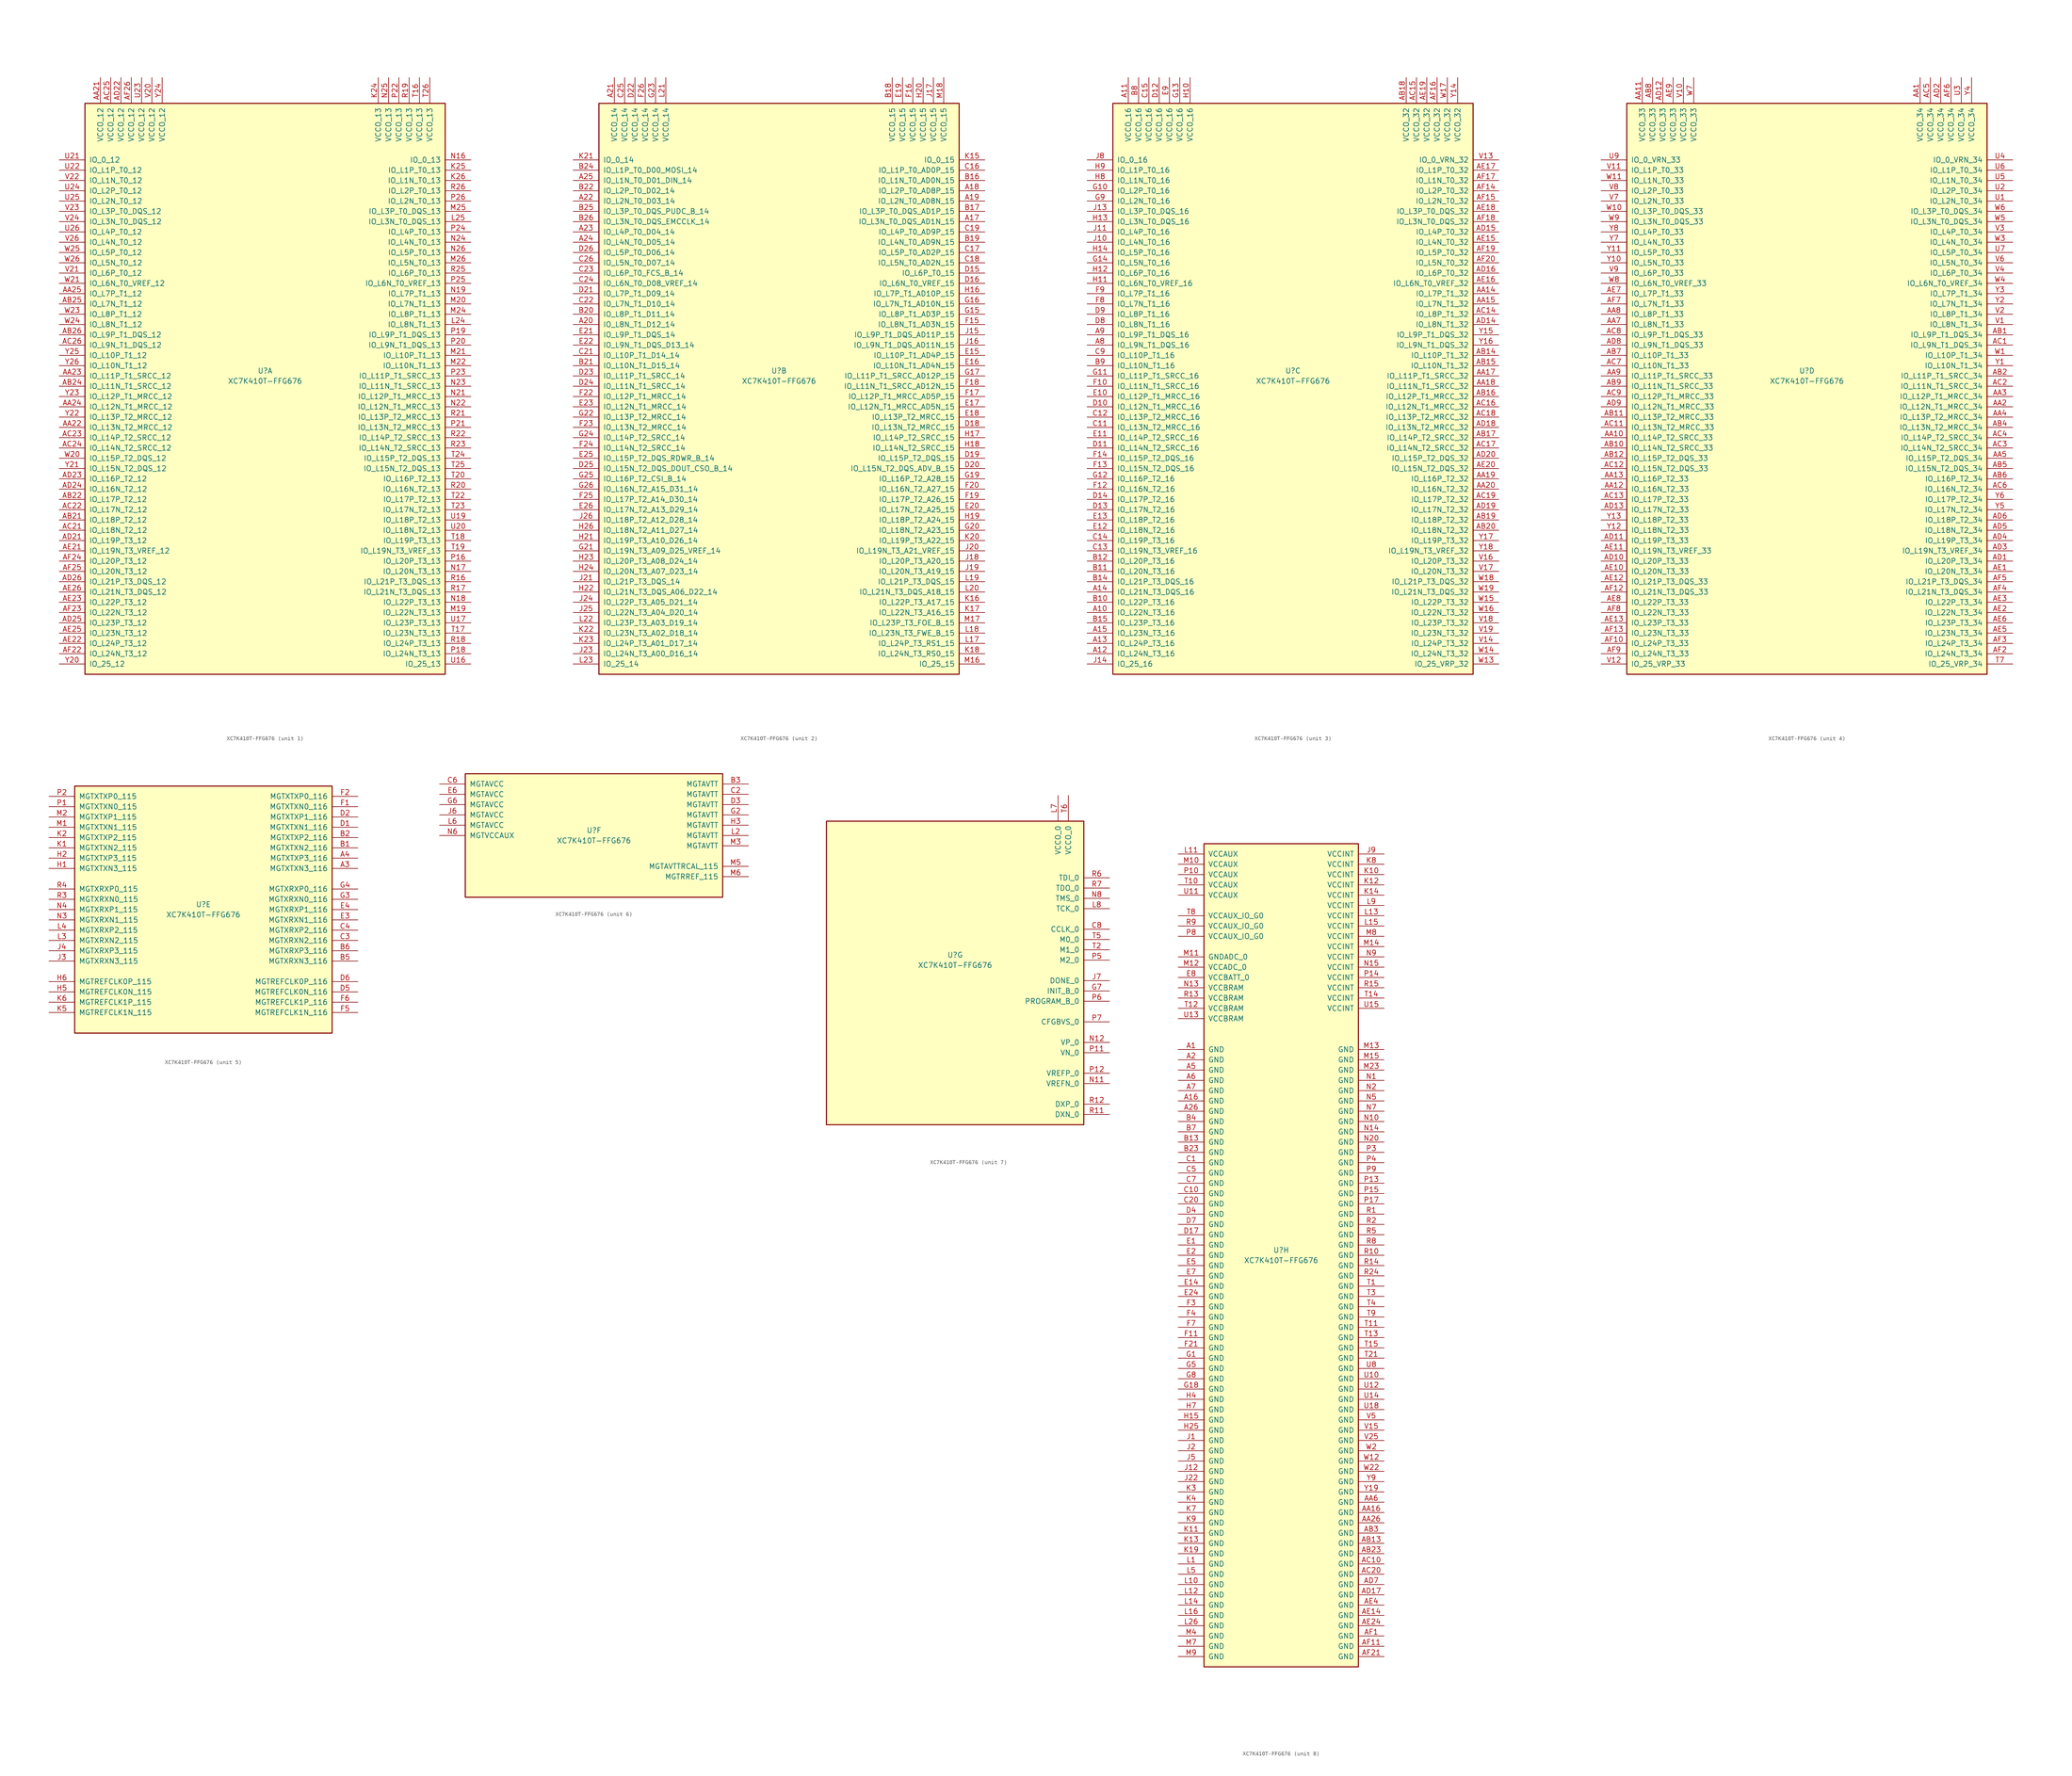
<source format=kicad_sym>
(kicad_symbol_lib
  (version 20231120)
  (generator "kicad_symbol_editor")
  (generator_version "8.0")
  (symbol "XC7K410T-FFG676"
    (pin_names
      (offset 1.016))
    (property "Reference" "U"
      (at 0 1.27 0)
      (effects (font (size 1.27 1.27))))
    (property "Value" "XC7K410T-FFG676"
      (at 0 -1.27 0)
      (effects (font (size 1.27 1.27))))
    (property "Datasheet" ""
      (at 0 0 0)
      (effects (font (size 1.27 1.27))))
    (property "ki_locked" ""
      (at 0 0 0)
      (effects (font (size 1.27 1.27))))
    (symbol "XC7K410T-FFG676_1_1"
      (rectangle (start -44.45 67.31) (end 44.45 -73.66) (stroke (width 0.254) (type default)) (fill (type background)))
      (pin power_in line (at -40.64 73.66 270) (length 6.35) (name "VCCO_12" (effects (font (size 1.27 1.27)))) (number "AA21" (effects (font (size 1.27 1.27)))))
      (pin bidirectional line (at -50.8 -12.7 0) (length 6.35) (name "IO_L13N_T2_MRCC_12" (effects (font (size 1.27 1.27)))) (number "AA22" (effects (font (size 1.27 1.27)))))
      (pin bidirectional line (at -50.8 0 0) (length 6.35) (name "IO_L11P_T1_SRCC_12" (effects (font (size 1.27 1.27)))) (number "AA23" (effects (font (size 1.27 1.27)))))
      (pin bidirectional line (at -50.8 -7.62 0) (length 6.35) (name "IO_L12N_T1_MRCC_12" (effects (font (size 1.27 1.27)))) (number "AA24" (effects (font (size 1.27 1.27)))))
      (pin bidirectional line (at -50.8 20.32 0) (length 6.35) (name "IO_L7P_T1_12" (effects (font (size 1.27 1.27)))) (number "AA25" (effects (font (size 1.27 1.27)))))
      (pin bidirectional line (at -50.8 -35.56 0) (length 6.35) (name "IO_L18P_T2_12" (effects (font (size 1.27 1.27)))) (number "AB21" (effects (font (size 1.27 1.27)))))
      (pin bidirectional line (at -50.8 -30.48 0) (length 6.35) (name "IO_L17P_T2_12" (effects (font (size 1.27 1.27)))) (number "AB22" (effects (font (size 1.27 1.27)))))
      (pin bidirectional line (at -50.8 -2.54 0) (length 6.35) (name "IO_L11N_T1_SRCC_12" (effects (font (size 1.27 1.27)))) (number "AB24" (effects (font (size 1.27 1.27)))))
      (pin bidirectional line (at -50.8 17.78 0) (length 6.35) (name "IO_L7N_T1_12" (effects (font (size 1.27 1.27)))) (number "AB25" (effects (font (size 1.27 1.27)))))
      (pin bidirectional line (at -50.8 10.16 0) (length 6.35) (name "IO_L9P_T1_DQS_12" (effects (font (size 1.27 1.27)))) (number "AB26" (effects (font (size 1.27 1.27)))))
      (pin bidirectional line (at -50.8 -38.1 0) (length 6.35) (name "IO_L18N_T2_12" (effects (font (size 1.27 1.27)))) (number "AC21" (effects (font (size 1.27 1.27)))))
      (pin bidirectional line (at -50.8 -33.02 0) (length 6.35) (name "IO_L17N_T2_12" (effects (font (size 1.27 1.27)))) (number "AC22" (effects (font (size 1.27 1.27)))))
      (pin bidirectional line (at -50.8 -15.24 0) (length 6.35) (name "IO_L14P_T2_SRCC_12" (effects (font (size 1.27 1.27)))) (number "AC23" (effects (font (size 1.27 1.27)))))
      (pin bidirectional line (at -50.8 -17.78 0) (length 6.35) (name "IO_L14N_T2_SRCC_12" (effects (font (size 1.27 1.27)))) (number "AC24" (effects (font (size 1.27 1.27)))))
      (pin power_in line (at -38.1 73.66 270) (length 6.35) (name "VCCO_12" (effects (font (size 1.27 1.27)))) (number "AC25" (effects (font (size 1.27 1.27)))))
      (pin bidirectional line (at -50.8 7.62 0) (length 6.35) (name "IO_L9N_T1_DQS_12" (effects (font (size 1.27 1.27)))) (number "AC26" (effects (font (size 1.27 1.27)))))
      (pin bidirectional line (at -50.8 -40.64 0) (length 6.35) (name "IO_L19P_T3_12" (effects (font (size 1.27 1.27)))) (number "AD21" (effects (font (size 1.27 1.27)))))
      (pin power_in line (at -35.56 73.66 270) (length 6.35) (name "VCCO_12" (effects (font (size 1.27 1.27)))) (number "AD22" (effects (font (size 1.27 1.27)))))
      (pin bidirectional line (at -50.8 -25.4 0) (length 6.35) (name "IO_L16P_T2_12" (effects (font (size 1.27 1.27)))) (number "AD23" (effects (font (size 1.27 1.27)))))
      (pin bidirectional line (at -50.8 -27.94 0) (length 6.35) (name "IO_L16N_T2_12" (effects (font (size 1.27 1.27)))) (number "AD24" (effects (font (size 1.27 1.27)))))
      (pin bidirectional line (at -50.8 -60.96 0) (length 6.35) (name "IO_L23P_T3_12" (effects (font (size 1.27 1.27)))) (number "AD25" (effects (font (size 1.27 1.27)))))
      (pin bidirectional line (at -50.8 -50.8 0) (length 6.35) (name "IO_L21P_T3_DQS_12" (effects (font (size 1.27 1.27)))) (number "AD26" (effects (font (size 1.27 1.27)))))
      (pin bidirectional line (at -50.8 -43.18 0) (length 6.35) (name "IO_L19N_T3_VREF_12" (effects (font (size 1.27 1.27)))) (number "AE21" (effects (font (size 1.27 1.27)))))
      (pin bidirectional line (at -50.8 -66.04 0) (length 6.35) (name "IO_L24P_T3_12" (effects (font (size 1.27 1.27)))) (number "AE22" (effects (font (size 1.27 1.27)))))
      (pin bidirectional line (at -50.8 -55.88 0) (length 6.35) (name "IO_L22P_T3_12" (effects (font (size 1.27 1.27)))) (number "AE23" (effects (font (size 1.27 1.27)))))
      (pin bidirectional line (at -50.8 -63.5 0) (length 6.35) (name "IO_L23N_T3_12" (effects (font (size 1.27 1.27)))) (number "AE25" (effects (font (size 1.27 1.27)))))
      (pin bidirectional line (at -50.8 -53.34 0) (length 6.35) (name "IO_L21N_T3_DQS_12" (effects (font (size 1.27 1.27)))) (number "AE26" (effects (font (size 1.27 1.27)))))
      (pin bidirectional line (at -50.8 -68.58 0) (length 6.35) (name "IO_L24N_T3_12" (effects (font (size 1.27 1.27)))) (number "AF22" (effects (font (size 1.27 1.27)))))
      (pin bidirectional line (at -50.8 -58.42 0) (length 6.35) (name "IO_L22N_T3_12" (effects (font (size 1.27 1.27)))) (number "AF23" (effects (font (size 1.27 1.27)))))
      (pin bidirectional line (at -50.8 -45.72 0) (length 6.35) (name "IO_L20P_T3_12" (effects (font (size 1.27 1.27)))) (number "AF24" (effects (font (size 1.27 1.27)))))
      (pin bidirectional line (at -50.8 -48.26 0) (length 6.35) (name "IO_L20N_T3_12" (effects (font (size 1.27 1.27)))) (number "AF25" (effects (font (size 1.27 1.27)))))
      (pin power_in line (at -33.02 73.66 270) (length 6.35) (name "VCCO_12" (effects (font (size 1.27 1.27)))) (number "AF26" (effects (font (size 1.27 1.27)))))
      (pin power_in line (at 27.94 73.66 270) (length 6.35) (name "VCCO_13" (effects (font (size 1.27 1.27)))) (number "K24" (effects (font (size 1.27 1.27)))))
      (pin bidirectional line (at 50.8 50.8 180) (length 6.35) (name "IO_L1P_T0_13" (effects (font (size 1.27 1.27)))) (number "K25" (effects (font (size 1.27 1.27)))))
      (pin bidirectional line (at 50.8 48.26 180) (length 6.35) (name "IO_L1N_T0_13" (effects (font (size 1.27 1.27)))) (number "K26" (effects (font (size 1.27 1.27)))))
      (pin bidirectional line (at 50.8 12.7 180) (length 6.35) (name "IO_L8N_T1_13" (effects (font (size 1.27 1.27)))) (number "L24" (effects (font (size 1.27 1.27)))))
      (pin bidirectional line (at 50.8 38.1 180) (length 6.35) (name "IO_L3N_T0_DQS_13" (effects (font (size 1.27 1.27)))) (number "L25" (effects (font (size 1.27 1.27)))))
      (pin bidirectional line (at 50.8 -58.42 180) (length 6.35) (name "IO_L22N_T3_13" (effects (font (size 1.27 1.27)))) (number "M19" (effects (font (size 1.27 1.27)))))
      (pin bidirectional line (at 50.8 17.78 180) (length 6.35) (name "IO_L7N_T1_13" (effects (font (size 1.27 1.27)))) (number "M20" (effects (font (size 1.27 1.27)))))
      (pin bidirectional line (at 50.8 5.08 180) (length 6.35) (name "IO_L10P_T1_13" (effects (font (size 1.27 1.27)))) (number "M21" (effects (font (size 1.27 1.27)))))
      (pin bidirectional line (at 50.8 2.54 180) (length 6.35) (name "IO_L10N_T1_13" (effects (font (size 1.27 1.27)))) (number "M22" (effects (font (size 1.27 1.27)))))
      (pin bidirectional line (at 50.8 15.24 180) (length 6.35) (name "IO_L8P_T1_13" (effects (font (size 1.27 1.27)))) (number "M24" (effects (font (size 1.27 1.27)))))
      (pin bidirectional line (at 50.8 40.64 180) (length 6.35) (name "IO_L3P_T0_DQS_13" (effects (font (size 1.27 1.27)))) (number "M25" (effects (font (size 1.27 1.27)))))
      (pin bidirectional line (at 50.8 27.94 180) (length 6.35) (name "IO_L5N_T0_13" (effects (font (size 1.27 1.27)))) (number "M26" (effects (font (size 1.27 1.27)))))
      (pin bidirectional line (at 50.8 53.34 180) (length 6.35) (name "IO_0_13" (effects (font (size 1.27 1.27)))) (number "N16" (effects (font (size 1.27 1.27)))))
      (pin bidirectional line (at 50.8 -48.26 180) (length 6.35) (name "IO_L20N_T3_13" (effects (font (size 1.27 1.27)))) (number "N17" (effects (font (size 1.27 1.27)))))
      (pin bidirectional line (at 50.8 -55.88 180) (length 6.35) (name "IO_L22P_T3_13" (effects (font (size 1.27 1.27)))) (number "N18" (effects (font (size 1.27 1.27)))))
      (pin bidirectional line (at 50.8 20.32 180) (length 6.35) (name "IO_L7P_T1_13" (effects (font (size 1.27 1.27)))) (number "N19" (effects (font (size 1.27 1.27)))))
      (pin bidirectional line (at 50.8 -5.08 180) (length 6.35) (name "IO_L12P_T1_MRCC_13" (effects (font (size 1.27 1.27)))) (number "N21" (effects (font (size 1.27 1.27)))))
      (pin bidirectional line (at 50.8 -7.62 180) (length 6.35) (name "IO_L12N_T1_MRCC_13" (effects (font (size 1.27 1.27)))) (number "N22" (effects (font (size 1.27 1.27)))))
      (pin bidirectional line (at 50.8 -2.54 180) (length 6.35) (name "IO_L11N_T1_SRCC_13" (effects (font (size 1.27 1.27)))) (number "N23" (effects (font (size 1.27 1.27)))))
      (pin bidirectional line (at 50.8 33.02 180) (length 6.35) (name "IO_L4N_T0_13" (effects (font (size 1.27 1.27)))) (number "N24" (effects (font (size 1.27 1.27)))))
      (pin power_in line (at 30.48 73.66 270) (length 6.35) (name "VCCO_13" (effects (font (size 1.27 1.27)))) (number "N25" (effects (font (size 1.27 1.27)))))
      (pin bidirectional line (at 50.8 30.48 180) (length 6.35) (name "IO_L5P_T0_13" (effects (font (size 1.27 1.27)))) (number "N26" (effects (font (size 1.27 1.27)))))
      (pin bidirectional line (at 50.8 -45.72 180) (length 6.35) (name "IO_L20P_T3_13" (effects (font (size 1.27 1.27)))) (number "P16" (effects (font (size 1.27 1.27)))))
      (pin bidirectional line (at 50.8 -68.58 180) (length 6.35) (name "IO_L24N_T3_13" (effects (font (size 1.27 1.27)))) (number "P18" (effects (font (size 1.27 1.27)))))
      (pin bidirectional line (at 50.8 10.16 180) (length 6.35) (name "IO_L9P_T1_DQS_13" (effects (font (size 1.27 1.27)))) (number "P19" (effects (font (size 1.27 1.27)))))
      (pin bidirectional line (at 50.8 7.62 180) (length 6.35) (name "IO_L9N_T1_DQS_13" (effects (font (size 1.27 1.27)))) (number "P20" (effects (font (size 1.27 1.27)))))
      (pin bidirectional line (at 50.8 -12.7 180) (length 6.35) (name "IO_L13N_T2_MRCC_13" (effects (font (size 1.27 1.27)))) (number "P21" (effects (font (size 1.27 1.27)))))
      (pin power_in line (at 33.02 73.66 270) (length 6.35) (name "VCCO_13" (effects (font (size 1.27 1.27)))) (number "P22" (effects (font (size 1.27 1.27)))))
      (pin bidirectional line (at 50.8 0 180) (length 6.35) (name "IO_L11P_T1_SRCC_13" (effects (font (size 1.27 1.27)))) (number "P23" (effects (font (size 1.27 1.27)))))
      (pin bidirectional line (at 50.8 35.56 180) (length 6.35) (name "IO_L4P_T0_13" (effects (font (size 1.27 1.27)))) (number "P24" (effects (font (size 1.27 1.27)))))
      (pin bidirectional line (at 50.8 22.86 180) (length 6.35) (name "IO_L6N_T0_VREF_13" (effects (font (size 1.27 1.27)))) (number "P25" (effects (font (size 1.27 1.27)))))
      (pin bidirectional line (at 50.8 43.18 180) (length 6.35) (name "IO_L2N_T0_13" (effects (font (size 1.27 1.27)))) (number "P26" (effects (font (size 1.27 1.27)))))
      (pin bidirectional line (at 50.8 -50.8 180) (length 6.35) (name "IO_L21P_T3_DQS_13" (effects (font (size 1.27 1.27)))) (number "R16" (effects (font (size 1.27 1.27)))))
      (pin bidirectional line (at 50.8 -53.34 180) (length 6.35) (name "IO_L21N_T3_DQS_13" (effects (font (size 1.27 1.27)))) (number "R17" (effects (font (size 1.27 1.27)))))
      (pin bidirectional line (at 50.8 -66.04 180) (length 6.35) (name "IO_L24P_T3_13" (effects (font (size 1.27 1.27)))) (number "R18" (effects (font (size 1.27 1.27)))))
      (pin power_in line (at 35.56 73.66 270) (length 6.35) (name "VCCO_13" (effects (font (size 1.27 1.27)))) (number "R19" (effects (font (size 1.27 1.27)))))
      (pin bidirectional line (at 50.8 -27.94 180) (length 6.35) (name "IO_L16N_T2_13" (effects (font (size 1.27 1.27)))) (number "R20" (effects (font (size 1.27 1.27)))))
      (pin bidirectional line (at 50.8 -10.16 180) (length 6.35) (name "IO_L13P_T2_MRCC_13" (effects (font (size 1.27 1.27)))) (number "R21" (effects (font (size 1.27 1.27)))))
      (pin bidirectional line (at 50.8 -15.24 180) (length 6.35) (name "IO_L14P_T2_SRCC_13" (effects (font (size 1.27 1.27)))) (number "R22" (effects (font (size 1.27 1.27)))))
      (pin bidirectional line (at 50.8 -17.78 180) (length 6.35) (name "IO_L14N_T2_SRCC_13" (effects (font (size 1.27 1.27)))) (number "R23" (effects (font (size 1.27 1.27)))))
      (pin bidirectional line (at 50.8 25.4 180) (length 6.35) (name "IO_L6P_T0_13" (effects (font (size 1.27 1.27)))) (number "R25" (effects (font (size 1.27 1.27)))))
      (pin bidirectional line (at 50.8 45.72 180) (length 6.35) (name "IO_L2P_T0_13" (effects (font (size 1.27 1.27)))) (number "R26" (effects (font (size 1.27 1.27)))))
      (pin power_in line (at 38.1 73.66 270) (length 6.35) (name "VCCO_13" (effects (font (size 1.27 1.27)))) (number "T16" (effects (font (size 1.27 1.27)))))
      (pin bidirectional line (at 50.8 -63.5 180) (length 6.35) (name "IO_L23N_T3_13" (effects (font (size 1.27 1.27)))) (number "T17" (effects (font (size 1.27 1.27)))))
      (pin bidirectional line (at 50.8 -40.64 180) (length 6.35) (name "IO_L19P_T3_13" (effects (font (size 1.27 1.27)))) (number "T18" (effects (font (size 1.27 1.27)))))
      (pin bidirectional line (at 50.8 -43.18 180) (length 6.35) (name "IO_L19N_T3_VREF_13" (effects (font (size 1.27 1.27)))) (number "T19" (effects (font (size 1.27 1.27)))))
      (pin bidirectional line (at 50.8 -25.4 180) (length 6.35) (name "IO_L16P_T2_13" (effects (font (size 1.27 1.27)))) (number "T20" (effects (font (size 1.27 1.27)))))
      (pin bidirectional line (at 50.8 -30.48 180) (length 6.35) (name "IO_L17P_T2_13" (effects (font (size 1.27 1.27)))) (number "T22" (effects (font (size 1.27 1.27)))))
      (pin bidirectional line (at 50.8 -33.02 180) (length 6.35) (name "IO_L17N_T2_13" (effects (font (size 1.27 1.27)))) (number "T23" (effects (font (size 1.27 1.27)))))
      (pin bidirectional line (at 50.8 -20.32 180) (length 6.35) (name "IO_L15P_T2_DQS_13" (effects (font (size 1.27 1.27)))) (number "T24" (effects (font (size 1.27 1.27)))))
      (pin bidirectional line (at 50.8 -22.86 180) (length 6.35) (name "IO_L15N_T2_DQS_13" (effects (font (size 1.27 1.27)))) (number "T25" (effects (font (size 1.27 1.27)))))
      (pin power_in line (at 40.64 73.66 270) (length 6.35) (name "VCCO_13" (effects (font (size 1.27 1.27)))) (number "T26" (effects (font (size 1.27 1.27)))))
      (pin bidirectional line (at 50.8 -71.12 180) (length 6.35) (name "IO_25_13" (effects (font (size 1.27 1.27)))) (number "U16" (effects (font (size 1.27 1.27)))))
      (pin bidirectional line (at 50.8 -60.96 180) (length 6.35) (name "IO_L23P_T3_13" (effects (font (size 1.27 1.27)))) (number "U17" (effects (font (size 1.27 1.27)))))
      (pin bidirectional line (at 50.8 -35.56 180) (length 6.35) (name "IO_L18P_T2_13" (effects (font (size 1.27 1.27)))) (number "U19" (effects (font (size 1.27 1.27)))))
      (pin bidirectional line (at 50.8 -38.1 180) (length 6.35) (name "IO_L18N_T2_13" (effects (font (size 1.27 1.27)))) (number "U20" (effects (font (size 1.27 1.27)))))
      (pin bidirectional line (at -50.8 53.34 0) (length 6.35) (name "IO_0_12" (effects (font (size 1.27 1.27)))) (number "U21" (effects (font (size 1.27 1.27)))))
      (pin bidirectional line (at -50.8 50.8 0) (length 6.35) (name "IO_L1P_T0_12" (effects (font (size 1.27 1.27)))) (number "U22" (effects (font (size 1.27 1.27)))))
      (pin power_in line (at -30.48 73.66 270) (length 6.35) (name "VCCO_12" (effects (font (size 1.27 1.27)))) (number "U23" (effects (font (size 1.27 1.27)))))
      (pin bidirectional line (at -50.8 45.72 0) (length 6.35) (name "IO_L2P_T0_12" (effects (font (size 1.27 1.27)))) (number "U24" (effects (font (size 1.27 1.27)))))
      (pin bidirectional line (at -50.8 43.18 0) (length 6.35) (name "IO_L2N_T0_12" (effects (font (size 1.27 1.27)))) (number "U25" (effects (font (size 1.27 1.27)))))
      (pin bidirectional line (at -50.8 35.56 0) (length 6.35) (name "IO_L4P_T0_12" (effects (font (size 1.27 1.27)))) (number "U26" (effects (font (size 1.27 1.27)))))
      (pin power_in line (at -27.94 73.66 270) (length 6.35) (name "VCCO_12" (effects (font (size 1.27 1.27)))) (number "V20" (effects (font (size 1.27 1.27)))))
      (pin bidirectional line (at -50.8 25.4 0) (length 6.35) (name "IO_L6P_T0_12" (effects (font (size 1.27 1.27)))) (number "V21" (effects (font (size 1.27 1.27)))))
      (pin bidirectional line (at -50.8 48.26 0) (length 6.35) (name "IO_L1N_T0_12" (effects (font (size 1.27 1.27)))) (number "V22" (effects (font (size 1.27 1.27)))))
      (pin bidirectional line (at -50.8 40.64 0) (length 6.35) (name "IO_L3P_T0_DQS_12" (effects (font (size 1.27 1.27)))) (number "V23" (effects (font (size 1.27 1.27)))))
      (pin bidirectional line (at -50.8 38.1 0) (length 6.35) (name "IO_L3N_T0_DQS_12" (effects (font (size 1.27 1.27)))) (number "V24" (effects (font (size 1.27 1.27)))))
      (pin bidirectional line (at -50.8 33.02 0) (length 6.35) (name "IO_L4N_T0_12" (effects (font (size 1.27 1.27)))) (number "V26" (effects (font (size 1.27 1.27)))))
      (pin bidirectional line (at -50.8 -20.32 0) (length 6.35) (name "IO_L15P_T2_DQS_12" (effects (font (size 1.27 1.27)))) (number "W20" (effects (font (size 1.27 1.27)))))
      (pin bidirectional line (at -50.8 22.86 0) (length 6.35) (name "IO_L6N_T0_VREF_12" (effects (font (size 1.27 1.27)))) (number "W21" (effects (font (size 1.27 1.27)))))
      (pin bidirectional line (at -50.8 15.24 0) (length 6.35) (name "IO_L8P_T1_12" (effects (font (size 1.27 1.27)))) (number "W23" (effects (font (size 1.27 1.27)))))
      (pin bidirectional line (at -50.8 12.7 0) (length 6.35) (name "IO_L8N_T1_12" (effects (font (size 1.27 1.27)))) (number "W24" (effects (font (size 1.27 1.27)))))
      (pin bidirectional line (at -50.8 30.48 0) (length 6.35) (name "IO_L5P_T0_12" (effects (font (size 1.27 1.27)))) (number "W25" (effects (font (size 1.27 1.27)))))
      (pin bidirectional line (at -50.8 27.94 0) (length 6.35) (name "IO_L5N_T0_12" (effects (font (size 1.27 1.27)))) (number "W26" (effects (font (size 1.27 1.27)))))
      (pin bidirectional line (at -50.8 -71.12 0) (length 6.35) (name "IO_25_12" (effects (font (size 1.27 1.27)))) (number "Y20" (effects (font (size 1.27 1.27)))))
      (pin bidirectional line (at -50.8 -22.86 0) (length 6.35) (name "IO_L15N_T2_DQS_12" (effects (font (size 1.27 1.27)))) (number "Y21" (effects (font (size 1.27 1.27)))))
      (pin bidirectional line (at -50.8 -10.16 0) (length 6.35) (name "IO_L13P_T2_MRCC_12" (effects (font (size 1.27 1.27)))) (number "Y22" (effects (font (size 1.27 1.27)))))
      (pin bidirectional line (at -50.8 -5.08 0) (length 6.35) (name "IO_L12P_T1_MRCC_12" (effects (font (size 1.27 1.27)))) (number "Y23" (effects (font (size 1.27 1.27)))))
      (pin power_in line (at -25.4 73.66 270) (length 6.35) (name "VCCO_12" (effects (font (size 1.27 1.27)))) (number "Y24" (effects (font (size 1.27 1.27)))))
      (pin bidirectional line (at -50.8 5.08 0) (length 6.35) (name "IO_L10P_T1_12" (effects (font (size 1.27 1.27)))) (number "Y25" (effects (font (size 1.27 1.27)))))
      (pin bidirectional line (at -50.8 2.54 0) (length 6.35) (name "IO_L10N_T1_12" (effects (font (size 1.27 1.27)))) (number "Y26" (effects (font (size 1.27 1.27))))))
    (symbol "XC7K410T-FFG676_2_1"
      (rectangle (start -44.45 67.31) (end 44.45 -73.66) (stroke (width 0.254) (type default)) (fill (type background)))
      (pin bidirectional line (at 50.8 38.1 180) (length 6.35) (name "IO_L3N_T0_DQS_AD1N_15" (effects (font (size 1.27 1.27)))) (number "A17" (effects (font (size 1.27 1.27)))))
      (pin bidirectional line (at 50.8 45.72 180) (length 6.35) (name "IO_L2P_T0_AD8P_15" (effects (font (size 1.27 1.27)))) (number "A18" (effects (font (size 1.27 1.27)))))
      (pin bidirectional line (at 50.8 43.18 180) (length 6.35) (name "IO_L2N_T0_AD8N_15" (effects (font (size 1.27 1.27)))) (number "A19" (effects (font (size 1.27 1.27)))))
      (pin bidirectional line (at -50.8 12.7 0) (length 6.35) (name "IO_L8N_T1_D12_14" (effects (font (size 1.27 1.27)))) (number "A20" (effects (font (size 1.27 1.27)))))
      (pin power_in line (at -40.64 73.66 270) (length 6.35) (name "VCCO_14" (effects (font (size 1.27 1.27)))) (number "A21" (effects (font (size 1.27 1.27)))))
      (pin bidirectional line (at -50.8 43.18 0) (length 6.35) (name "IO_L2N_T0_D03_14" (effects (font (size 1.27 1.27)))) (number "A22" (effects (font (size 1.27 1.27)))))
      (pin bidirectional line (at -50.8 35.56 0) (length 6.35) (name "IO_L4P_T0_D04_14" (effects (font (size 1.27 1.27)))) (number "A23" (effects (font (size 1.27 1.27)))))
      (pin bidirectional line (at -50.8 33.02 0) (length 6.35) (name "IO_L4N_T0_D05_14" (effects (font (size 1.27 1.27)))) (number "A24" (effects (font (size 1.27 1.27)))))
      (pin bidirectional line (at -50.8 48.26 0) (length 6.35) (name "IO_L1N_T0_D01_DIN_14" (effects (font (size 1.27 1.27)))) (number "A25" (effects (font (size 1.27 1.27)))))
      (pin bidirectional line (at 50.8 48.26 180) (length 6.35) (name "IO_L1N_T0_AD0N_15" (effects (font (size 1.27 1.27)))) (number "B16" (effects (font (size 1.27 1.27)))))
      (pin bidirectional line (at 50.8 40.64 180) (length 6.35) (name "IO_L3P_T0_DQS_AD1P_15" (effects (font (size 1.27 1.27)))) (number "B17" (effects (font (size 1.27 1.27)))))
      (pin power_in line (at 27.94 73.66 270) (length 6.35) (name "VCCO_15" (effects (font (size 1.27 1.27)))) (number "B18" (effects (font (size 1.27 1.27)))))
      (pin bidirectional line (at 50.8 33.02 180) (length 6.35) (name "IO_L4N_T0_AD9N_15" (effects (font (size 1.27 1.27)))) (number "B19" (effects (font (size 1.27 1.27)))))
      (pin bidirectional line (at -50.8 15.24 0) (length 6.35) (name "IO_L8P_T1_D11_14" (effects (font (size 1.27 1.27)))) (number "B20" (effects (font (size 1.27 1.27)))))
      (pin bidirectional line (at -50.8 2.54 0) (length 6.35) (name "IO_L10N_T1_D15_14" (effects (font (size 1.27 1.27)))) (number "B21" (effects (font (size 1.27 1.27)))))
      (pin bidirectional line (at -50.8 45.72 0) (length 6.35) (name "IO_L2P_T0_D02_14" (effects (font (size 1.27 1.27)))) (number "B22" (effects (font (size 1.27 1.27)))))
      (pin bidirectional line (at -50.8 50.8 0) (length 6.35) (name "IO_L1P_T0_D00_MOSI_14" (effects (font (size 1.27 1.27)))) (number "B24" (effects (font (size 1.27 1.27)))))
      (pin bidirectional line (at -50.8 40.64 0) (length 6.35) (name "IO_L3P_T0_DQS_PUDC_B_14" (effects (font (size 1.27 1.27)))) (number "B25" (effects (font (size 1.27 1.27)))))
      (pin bidirectional line (at -50.8 38.1 0) (length 6.35) (name "IO_L3N_T0_DQS_EMCCLK_14" (effects (font (size 1.27 1.27)))) (number "B26" (effects (font (size 1.27 1.27)))))
      (pin bidirectional line (at 50.8 50.8 180) (length 6.35) (name "IO_L1P_T0_AD0P_15" (effects (font (size 1.27 1.27)))) (number "C16" (effects (font (size 1.27 1.27)))))
      (pin bidirectional line (at 50.8 30.48 180) (length 6.35) (name "IO_L5P_T0_AD2P_15" (effects (font (size 1.27 1.27)))) (number "C17" (effects (font (size 1.27 1.27)))))
      (pin bidirectional line (at 50.8 27.94 180) (length 6.35) (name "IO_L5N_T0_AD2N_15" (effects (font (size 1.27 1.27)))) (number "C18" (effects (font (size 1.27 1.27)))))
      (pin bidirectional line (at 50.8 35.56 180) (length 6.35) (name "IO_L4P_T0_AD9P_15" (effects (font (size 1.27 1.27)))) (number "C19" (effects (font (size 1.27 1.27)))))
      (pin bidirectional line (at -50.8 5.08 0) (length 6.35) (name "IO_L10P_T1_D14_14" (effects (font (size 1.27 1.27)))) (number "C21" (effects (font (size 1.27 1.27)))))
      (pin bidirectional line (at -50.8 17.78 0) (length 6.35) (name "IO_L7N_T1_D10_14" (effects (font (size 1.27 1.27)))) (number "C22" (effects (font (size 1.27 1.27)))))
      (pin bidirectional line (at -50.8 25.4 0) (length 6.35) (name "IO_L6P_T0_FCS_B_14" (effects (font (size 1.27 1.27)))) (number "C23" (effects (font (size 1.27 1.27)))))
      (pin bidirectional line (at -50.8 22.86 0) (length 6.35) (name "IO_L6N_T0_D08_VREF_14" (effects (font (size 1.27 1.27)))) (number "C24" (effects (font (size 1.27 1.27)))))
      (pin power_in line (at -38.1 73.66 270) (length 6.35) (name "VCCO_14" (effects (font (size 1.27 1.27)))) (number "C25" (effects (font (size 1.27 1.27)))))
      (pin bidirectional line (at -50.8 27.94 0) (length 6.35) (name "IO_L5N_T0_D07_14" (effects (font (size 1.27 1.27)))) (number "C26" (effects (font (size 1.27 1.27)))))
      (pin bidirectional line (at 50.8 25.4 180) (length 6.35) (name "IO_L6P_T0_15" (effects (font (size 1.27 1.27)))) (number "D15" (effects (font (size 1.27 1.27)))))
      (pin bidirectional line (at 50.8 22.86 180) (length 6.35) (name "IO_L6N_T0_VREF_15" (effects (font (size 1.27 1.27)))) (number "D16" (effects (font (size 1.27 1.27)))))
      (pin bidirectional line (at 50.8 -12.7 180) (length 6.35) (name "IO_L13N_T2_MRCC_15" (effects (font (size 1.27 1.27)))) (number "D18" (effects (font (size 1.27 1.27)))))
      (pin bidirectional line (at 50.8 -20.32 180) (length 6.35) (name "IO_L15P_T2_DQS_15" (effects (font (size 1.27 1.27)))) (number "D19" (effects (font (size 1.27 1.27)))))
      (pin bidirectional line (at 50.8 -22.86 180) (length 6.35) (name "IO_L15N_T2_DQS_ADV_B_15" (effects (font (size 1.27 1.27)))) (number "D20" (effects (font (size 1.27 1.27)))))
      (pin bidirectional line (at -50.8 20.32 0) (length 6.35) (name "IO_L7P_T1_D09_14" (effects (font (size 1.27 1.27)))) (number "D21" (effects (font (size 1.27 1.27)))))
      (pin power_in line (at -35.56 73.66 270) (length 6.35) (name "VCCO_14" (effects (font (size 1.27 1.27)))) (number "D22" (effects (font (size 1.27 1.27)))))
      (pin bidirectional line (at -50.8 0 0) (length 6.35) (name "IO_L11P_T1_SRCC_14" (effects (font (size 1.27 1.27)))) (number "D23" (effects (font (size 1.27 1.27)))))
      (pin bidirectional line (at -50.8 -2.54 0) (length 6.35) (name "IO_L11N_T1_SRCC_14" (effects (font (size 1.27 1.27)))) (number "D24" (effects (font (size 1.27 1.27)))))
      (pin bidirectional line (at -50.8 -22.86 0) (length 6.35) (name "IO_L15N_T2_DQS_DOUT_CSO_B_14" (effects (font (size 1.27 1.27)))) (number "D25" (effects (font (size 1.27 1.27)))))
      (pin bidirectional line (at -50.8 30.48 0) (length 6.35) (name "IO_L5P_T0_D06_14" (effects (font (size 1.27 1.27)))) (number "D26" (effects (font (size 1.27 1.27)))))
      (pin bidirectional line (at 50.8 5.08 180) (length 6.35) (name "IO_L10P_T1_AD4P_15" (effects (font (size 1.27 1.27)))) (number "E15" (effects (font (size 1.27 1.27)))))
      (pin bidirectional line (at 50.8 2.54 180) (length 6.35) (name "IO_L10N_T1_AD4N_15" (effects (font (size 1.27 1.27)))) (number "E16" (effects (font (size 1.27 1.27)))))
      (pin bidirectional line (at 50.8 -7.62 180) (length 6.35) (name "IO_L12N_T1_MRCC_AD5N_15" (effects (font (size 1.27 1.27)))) (number "E17" (effects (font (size 1.27 1.27)))))
      (pin bidirectional line (at 50.8 -10.16 180) (length 6.35) (name "IO_L13P_T2_MRCC_15" (effects (font (size 1.27 1.27)))) (number "E18" (effects (font (size 1.27 1.27)))))
      (pin power_in line (at 30.48 73.66 270) (length 6.35) (name "VCCO_15" (effects (font (size 1.27 1.27)))) (number "E19" (effects (font (size 1.27 1.27)))))
      (pin bidirectional line (at 50.8 -33.02 180) (length 6.35) (name "IO_L17N_T2_A25_15" (effects (font (size 1.27 1.27)))) (number "E20" (effects (font (size 1.27 1.27)))))
      (pin bidirectional line (at -50.8 10.16 0) (length 6.35) (name "IO_L9P_T1_DQS_14" (effects (font (size 1.27 1.27)))) (number "E21" (effects (font (size 1.27 1.27)))))
      (pin bidirectional line (at -50.8 7.62 0) (length 6.35) (name "IO_L9N_T1_DQS_D13_14" (effects (font (size 1.27 1.27)))) (number "E22" (effects (font (size 1.27 1.27)))))
      (pin bidirectional line (at -50.8 -7.62 0) (length 6.35) (name "IO_L12N_T1_MRCC_14" (effects (font (size 1.27 1.27)))) (number "E23" (effects (font (size 1.27 1.27)))))
      (pin bidirectional line (at -50.8 -20.32 0) (length 6.35) (name "IO_L15P_T2_DQS_RDWR_B_14" (effects (font (size 1.27 1.27)))) (number "E25" (effects (font (size 1.27 1.27)))))
      (pin bidirectional line (at -50.8 -33.02 0) (length 6.35) (name "IO_L17N_T2_A13_D29_14" (effects (font (size 1.27 1.27)))) (number "E26" (effects (font (size 1.27 1.27)))))
      (pin bidirectional line (at 50.8 12.7 180) (length 6.35) (name "IO_L8N_T1_AD3N_15" (effects (font (size 1.27 1.27)))) (number "F15" (effects (font (size 1.27 1.27)))))
      (pin power_in line (at 33.02 73.66 270) (length 6.35) (name "VCCO_15" (effects (font (size 1.27 1.27)))) (number "F16" (effects (font (size 1.27 1.27)))))
      (pin bidirectional line (at 50.8 -5.08 180) (length 6.35) (name "IO_L12P_T1_MRCC_AD5P_15" (effects (font (size 1.27 1.27)))) (number "F17" (effects (font (size 1.27 1.27)))))
      (pin bidirectional line (at 50.8 -2.54 180) (length 6.35) (name "IO_L11N_T1_SRCC_AD12N_15" (effects (font (size 1.27 1.27)))) (number "F18" (effects (font (size 1.27 1.27)))))
      (pin bidirectional line (at 50.8 -30.48 180) (length 6.35) (name "IO_L17P_T2_A26_15" (effects (font (size 1.27 1.27)))) (number "F19" (effects (font (size 1.27 1.27)))))
      (pin bidirectional line (at 50.8 -27.94 180) (length 6.35) (name "IO_L16N_T2_A27_15" (effects (font (size 1.27 1.27)))) (number "F20" (effects (font (size 1.27 1.27)))))
      (pin bidirectional line (at -50.8 -5.08 0) (length 6.35) (name "IO_L12P_T1_MRCC_14" (effects (font (size 1.27 1.27)))) (number "F22" (effects (font (size 1.27 1.27)))))
      (pin bidirectional line (at -50.8 -12.7 0) (length 6.35) (name "IO_L13N_T2_MRCC_14" (effects (font (size 1.27 1.27)))) (number "F23" (effects (font (size 1.27 1.27)))))
      (pin bidirectional line (at -50.8 -17.78 0) (length 6.35) (name "IO_L14N_T2_SRCC_14" (effects (font (size 1.27 1.27)))) (number "F24" (effects (font (size 1.27 1.27)))))
      (pin bidirectional line (at -50.8 -30.48 0) (length 6.35) (name "IO_L17P_T2_A14_D30_14" (effects (font (size 1.27 1.27)))) (number "F25" (effects (font (size 1.27 1.27)))))
      (pin power_in line (at -33.02 73.66 270) (length 6.35) (name "VCCO_14" (effects (font (size 1.27 1.27)))) (number "F26" (effects (font (size 1.27 1.27)))))
      (pin bidirectional line (at 50.8 15.24 180) (length 6.35) (name "IO_L8P_T1_AD3P_15" (effects (font (size 1.27 1.27)))) (number "G15" (effects (font (size 1.27 1.27)))))
      (pin bidirectional line (at 50.8 17.78 180) (length 6.35) (name "IO_L7N_T1_AD10N_15" (effects (font (size 1.27 1.27)))) (number "G16" (effects (font (size 1.27 1.27)))))
      (pin bidirectional line (at 50.8 0 180) (length 6.35) (name "IO_L11P_T1_SRCC_AD12P_15" (effects (font (size 1.27 1.27)))) (number "G17" (effects (font (size 1.27 1.27)))))
      (pin bidirectional line (at 50.8 -25.4 180) (length 6.35) (name "IO_L16P_T2_A28_15" (effects (font (size 1.27 1.27)))) (number "G19" (effects (font (size 1.27 1.27)))))
      (pin bidirectional line (at 50.8 -38.1 180) (length 6.35) (name "IO_L18N_T2_A23_15" (effects (font (size 1.27 1.27)))) (number "G20" (effects (font (size 1.27 1.27)))))
      (pin bidirectional line (at -50.8 -43.18 0) (length 6.35) (name "IO_L19N_T3_A09_D25_VREF_14" (effects (font (size 1.27 1.27)))) (number "G21" (effects (font (size 1.27 1.27)))))
      (pin bidirectional line (at -50.8 -10.16 0) (length 6.35) (name "IO_L13P_T2_MRCC_14" (effects (font (size 1.27 1.27)))) (number "G22" (effects (font (size 1.27 1.27)))))
      (pin power_in line (at -30.48 73.66 270) (length 6.35) (name "VCCO_14" (effects (font (size 1.27 1.27)))) (number "G23" (effects (font (size 1.27 1.27)))))
      (pin bidirectional line (at -50.8 -15.24 0) (length 6.35) (name "IO_L14P_T2_SRCC_14" (effects (font (size 1.27 1.27)))) (number "G24" (effects (font (size 1.27 1.27)))))
      (pin bidirectional line (at -50.8 -25.4 0) (length 6.35) (name "IO_L16P_T2_CSI_B_14" (effects (font (size 1.27 1.27)))) (number "G25" (effects (font (size 1.27 1.27)))))
      (pin bidirectional line (at -50.8 -27.94 0) (length 6.35) (name "IO_L16N_T2_A15_D31_14" (effects (font (size 1.27 1.27)))) (number "G26" (effects (font (size 1.27 1.27)))))
      (pin bidirectional line (at 50.8 20.32 180) (length 6.35) (name "IO_L7P_T1_AD10P_15" (effects (font (size 1.27 1.27)))) (number "H16" (effects (font (size 1.27 1.27)))))
      (pin bidirectional line (at 50.8 -15.24 180) (length 6.35) (name "IO_L14P_T2_SRCC_15" (effects (font (size 1.27 1.27)))) (number "H17" (effects (font (size 1.27 1.27)))))
      (pin bidirectional line (at 50.8 -17.78 180) (length 6.35) (name "IO_L14N_T2_SRCC_15" (effects (font (size 1.27 1.27)))) (number "H18" (effects (font (size 1.27 1.27)))))
      (pin bidirectional line (at 50.8 -35.56 180) (length 6.35) (name "IO_L18P_T2_A24_15" (effects (font (size 1.27 1.27)))) (number "H19" (effects (font (size 1.27 1.27)))))
      (pin power_in line (at 35.56 73.66 270) (length 6.35) (name "VCCO_15" (effects (font (size 1.27 1.27)))) (number "H20" (effects (font (size 1.27 1.27)))))
      (pin bidirectional line (at -50.8 -40.64 0) (length 6.35) (name "IO_L19P_T3_A10_D26_14" (effects (font (size 1.27 1.27)))) (number "H21" (effects (font (size 1.27 1.27)))))
      (pin bidirectional line (at -50.8 -53.34 0) (length 6.35) (name "IO_L21N_T3_DQS_A06_D22_14" (effects (font (size 1.27 1.27)))) (number "H22" (effects (font (size 1.27 1.27)))))
      (pin bidirectional line (at -50.8 -45.72 0) (length 6.35) (name "IO_L20P_T3_A08_D24_14" (effects (font (size 1.27 1.27)))) (number "H23" (effects (font (size 1.27 1.27)))))
      (pin bidirectional line (at -50.8 -48.26 0) (length 6.35) (name "IO_L20N_T3_A07_D23_14" (effects (font (size 1.27 1.27)))) (number "H24" (effects (font (size 1.27 1.27)))))
      (pin bidirectional line (at -50.8 -38.1 0) (length 6.35) (name "IO_L18N_T2_A11_D27_14" (effects (font (size 1.27 1.27)))) (number "H26" (effects (font (size 1.27 1.27)))))
      (pin bidirectional line (at 50.8 10.16 180) (length 6.35) (name "IO_L9P_T1_DQS_AD11P_15" (effects (font (size 1.27 1.27)))) (number "J15" (effects (font (size 1.27 1.27)))))
      (pin bidirectional line (at 50.8 7.62 180) (length 6.35) (name "IO_L9N_T1_DQS_AD11N_15" (effects (font (size 1.27 1.27)))) (number "J16" (effects (font (size 1.27 1.27)))))
      (pin power_in line (at 38.1 73.66 270) (length 6.35) (name "VCCO_15" (effects (font (size 1.27 1.27)))) (number "J17" (effects (font (size 1.27 1.27)))))
      (pin bidirectional line (at 50.8 -45.72 180) (length 6.35) (name "IO_L20P_T3_A20_15" (effects (font (size 1.27 1.27)))) (number "J18" (effects (font (size 1.27 1.27)))))
      (pin bidirectional line (at 50.8 -48.26 180) (length 6.35) (name "IO_L20N_T3_A19_15" (effects (font (size 1.27 1.27)))) (number "J19" (effects (font (size 1.27 1.27)))))
      (pin bidirectional line (at 50.8 -43.18 180) (length 6.35) (name "IO_L19N_T3_A21_VREF_15" (effects (font (size 1.27 1.27)))) (number "J20" (effects (font (size 1.27 1.27)))))
      (pin bidirectional line (at -50.8 -50.8 0) (length 6.35) (name "IO_L21P_T3_DQS_14" (effects (font (size 1.27 1.27)))) (number "J21" (effects (font (size 1.27 1.27)))))
      (pin bidirectional line (at -50.8 -68.58 0) (length 6.35) (name "IO_L24N_T3_A00_D16_14" (effects (font (size 1.27 1.27)))) (number "J23" (effects (font (size 1.27 1.27)))))
      (pin bidirectional line (at -50.8 -55.88 0) (length 6.35) (name "IO_L22P_T3_A05_D21_14" (effects (font (size 1.27 1.27)))) (number "J24" (effects (font (size 1.27 1.27)))))
      (pin bidirectional line (at -50.8 -58.42 0) (length 6.35) (name "IO_L22N_T3_A04_D20_14" (effects (font (size 1.27 1.27)))) (number "J25" (effects (font (size 1.27 1.27)))))
      (pin bidirectional line (at -50.8 -35.56 0) (length 6.35) (name "IO_L18P_T2_A12_D28_14" (effects (font (size 1.27 1.27)))) (number "J26" (effects (font (size 1.27 1.27)))))
      (pin bidirectional line (at 50.8 53.34 180) (length 6.35) (name "IO_0_15" (effects (font (size 1.27 1.27)))) (number "K15" (effects (font (size 1.27 1.27)))))
      (pin bidirectional line (at 50.8 -55.88 180) (length 6.35) (name "IO_L22P_T3_A17_15" (effects (font (size 1.27 1.27)))) (number "K16" (effects (font (size 1.27 1.27)))))
      (pin bidirectional line (at 50.8 -58.42 180) (length 6.35) (name "IO_L22N_T3_A16_15" (effects (font (size 1.27 1.27)))) (number "K17" (effects (font (size 1.27 1.27)))))
      (pin bidirectional line (at 50.8 -68.58 180) (length 6.35) (name "IO_L24N_T3_RS0_15" (effects (font (size 1.27 1.27)))) (number "K18" (effects (font (size 1.27 1.27)))))
      (pin bidirectional line (at 50.8 -40.64 180) (length 6.35) (name "IO_L19P_T3_A22_15" (effects (font (size 1.27 1.27)))) (number "K20" (effects (font (size 1.27 1.27)))))
      (pin bidirectional line (at -50.8 53.34 0) (length 6.35) (name "IO_0_14" (effects (font (size 1.27 1.27)))) (number "K21" (effects (font (size 1.27 1.27)))))
      (pin bidirectional line (at -50.8 -63.5 0) (length 6.35) (name "IO_L23N_T3_A02_D18_14" (effects (font (size 1.27 1.27)))) (number "K22" (effects (font (size 1.27 1.27)))))
      (pin bidirectional line (at -50.8 -66.04 0) (length 6.35) (name "IO_L24P_T3_A01_D17_14" (effects (font (size 1.27 1.27)))) (number "K23" (effects (font (size 1.27 1.27)))))
      (pin bidirectional line (at 50.8 -66.04 180) (length 6.35) (name "IO_L24P_T3_RS1_15" (effects (font (size 1.27 1.27)))) (number "L17" (effects (font (size 1.27 1.27)))))
      (pin bidirectional line (at 50.8 -63.5 180) (length 6.35) (name "IO_L23N_T3_FWE_B_15" (effects (font (size 1.27 1.27)))) (number "L18" (effects (font (size 1.27 1.27)))))
      (pin bidirectional line (at 50.8 -50.8 180) (length 6.35) (name "IO_L21P_T3_DQS_15" (effects (font (size 1.27 1.27)))) (number "L19" (effects (font (size 1.27 1.27)))))
      (pin bidirectional line (at 50.8 -53.34 180) (length 6.35) (name "IO_L21N_T3_DQS_A18_15" (effects (font (size 1.27 1.27)))) (number "L20" (effects (font (size 1.27 1.27)))))
      (pin power_in line (at -27.94 73.66 270) (length 6.35) (name "VCCO_14" (effects (font (size 1.27 1.27)))) (number "L21" (effects (font (size 1.27 1.27)))))
      (pin bidirectional line (at -50.8 -60.96 0) (length 6.35) (name "IO_L23P_T3_A03_D19_14" (effects (font (size 1.27 1.27)))) (number "L22" (effects (font (size 1.27 1.27)))))
      (pin bidirectional line (at -50.8 -71.12 0) (length 6.35) (name "IO_25_14" (effects (font (size 1.27 1.27)))) (number "L23" (effects (font (size 1.27 1.27)))))
      (pin bidirectional line (at 50.8 -71.12 180) (length 6.35) (name "IO_25_15" (effects (font (size 1.27 1.27)))) (number "M16" (effects (font (size 1.27 1.27)))))
      (pin bidirectional line (at 50.8 -60.96 180) (length 6.35) (name "IO_L23P_T3_FOE_B_15" (effects (font (size 1.27 1.27)))) (number "M17" (effects (font (size 1.27 1.27)))))
      (pin power_in line (at 40.64 73.66 270) (length 6.35) (name "VCCO_15" (effects (font (size 1.27 1.27)))) (number "M18" (effects (font (size 1.27 1.27))))))
    (symbol "XC7K410T-FFG676_3_1"
      (rectangle (start -44.45 67.31) (end 44.45 -73.66) (stroke (width 0.254) (type default)) (fill (type background)))
      (pin bidirectional line (at -50.8 -58.42 0) (length 6.35) (name "IO_L22N_T3_16" (effects (font (size 1.27 1.27)))) (number "A10" (effects (font (size 1.27 1.27)))))
      (pin power_in line (at -40.64 73.66 270) (length 6.35) (name "VCCO_16" (effects (font (size 1.27 1.27)))) (number "A11" (effects (font (size 1.27 1.27)))))
      (pin bidirectional line (at -50.8 -68.58 0) (length 6.35) (name "IO_L24N_T3_16" (effects (font (size 1.27 1.27)))) (number "A12" (effects (font (size 1.27 1.27)))))
      (pin bidirectional line (at -50.8 -66.04 0) (length 6.35) (name "IO_L24P_T3_16" (effects (font (size 1.27 1.27)))) (number "A13" (effects (font (size 1.27 1.27)))))
      (pin bidirectional line (at -50.8 -53.34 0) (length 6.35) (name "IO_L21N_T3_DQS_16" (effects (font (size 1.27 1.27)))) (number "A14" (effects (font (size 1.27 1.27)))))
      (pin bidirectional line (at -50.8 -63.5 0) (length 6.35) (name "IO_L23N_T3_16" (effects (font (size 1.27 1.27)))) (number "A15" (effects (font (size 1.27 1.27)))))
      (pin bidirectional line (at -50.8 7.62 0) (length 6.35) (name "IO_L9N_T1_DQS_16" (effects (font (size 1.27 1.27)))) (number "A8" (effects (font (size 1.27 1.27)))))
      (pin bidirectional line (at -50.8 10.16 0) (length 6.35) (name "IO_L9P_T1_DQS_16" (effects (font (size 1.27 1.27)))) (number "A9" (effects (font (size 1.27 1.27)))))
      (pin bidirectional line (at 50.8 20.32 180) (length 6.35) (name "IO_L7P_T1_32" (effects (font (size 1.27 1.27)))) (number "AA14" (effects (font (size 1.27 1.27)))))
      (pin bidirectional line (at 50.8 17.78 180) (length 6.35) (name "IO_L7N_T1_32" (effects (font (size 1.27 1.27)))) (number "AA15" (effects (font (size 1.27 1.27)))))
      (pin bidirectional line (at 50.8 0 180) (length 6.35) (name "IO_L11P_T1_SRCC_32" (effects (font (size 1.27 1.27)))) (number "AA17" (effects (font (size 1.27 1.27)))))
      (pin bidirectional line (at 50.8 -2.54 180) (length 6.35) (name "IO_L11N_T1_SRCC_32" (effects (font (size 1.27 1.27)))) (number "AA18" (effects (font (size 1.27 1.27)))))
      (pin bidirectional line (at 50.8 -25.4 180) (length 6.35) (name "IO_L16P_T2_32" (effects (font (size 1.27 1.27)))) (number "AA19" (effects (font (size 1.27 1.27)))))
      (pin bidirectional line (at 50.8 -27.94 180) (length 6.35) (name "IO_L16N_T2_32" (effects (font (size 1.27 1.27)))) (number "AA20" (effects (font (size 1.27 1.27)))))
      (pin bidirectional line (at 50.8 5.08 180) (length 6.35) (name "IO_L10P_T1_32" (effects (font (size 1.27 1.27)))) (number "AB14" (effects (font (size 1.27 1.27)))))
      (pin bidirectional line (at 50.8 2.54 180) (length 6.35) (name "IO_L10N_T1_32" (effects (font (size 1.27 1.27)))) (number "AB15" (effects (font (size 1.27 1.27)))))
      (pin bidirectional line (at 50.8 -5.08 180) (length 6.35) (name "IO_L12P_T1_MRCC_32" (effects (font (size 1.27 1.27)))) (number "AB16" (effects (font (size 1.27 1.27)))))
      (pin bidirectional line (at 50.8 -15.24 180) (length 6.35) (name "IO_L14P_T2_SRCC_32" (effects (font (size 1.27 1.27)))) (number "AB17" (effects (font (size 1.27 1.27)))))
      (pin power_in line (at 27.94 73.66 270) (length 6.35) (name "VCCO_32" (effects (font (size 1.27 1.27)))) (number "AB18" (effects (font (size 1.27 1.27)))))
      (pin bidirectional line (at 50.8 -35.56 180) (length 6.35) (name "IO_L18P_T2_32" (effects (font (size 1.27 1.27)))) (number "AB19" (effects (font (size 1.27 1.27)))))
      (pin bidirectional line (at 50.8 -38.1 180) (length 6.35) (name "IO_L18N_T2_32" (effects (font (size 1.27 1.27)))) (number "AB20" (effects (font (size 1.27 1.27)))))
      (pin bidirectional line (at 50.8 15.24 180) (length 6.35) (name "IO_L8P_T1_32" (effects (font (size 1.27 1.27)))) (number "AC14" (effects (font (size 1.27 1.27)))))
      (pin power_in line (at 30.48 73.66 270) (length 6.35) (name "VCCO_32" (effects (font (size 1.27 1.27)))) (number "AC15" (effects (font (size 1.27 1.27)))))
      (pin bidirectional line (at 50.8 -7.62 180) (length 6.35) (name "IO_L12N_T1_MRCC_32" (effects (font (size 1.27 1.27)))) (number "AC16" (effects (font (size 1.27 1.27)))))
      (pin bidirectional line (at 50.8 -17.78 180) (length 6.35) (name "IO_L14N_T2_SRCC_32" (effects (font (size 1.27 1.27)))) (number "AC17" (effects (font (size 1.27 1.27)))))
      (pin bidirectional line (at 50.8 -10.16 180) (length 6.35) (name "IO_L13P_T2_MRCC_32" (effects (font (size 1.27 1.27)))) (number "AC18" (effects (font (size 1.27 1.27)))))
      (pin bidirectional line (at 50.8 -30.48 180) (length 6.35) (name "IO_L17P_T2_32" (effects (font (size 1.27 1.27)))) (number "AC19" (effects (font (size 1.27 1.27)))))
      (pin bidirectional line (at 50.8 12.7 180) (length 6.35) (name "IO_L8N_T1_32" (effects (font (size 1.27 1.27)))) (number "AD14" (effects (font (size 1.27 1.27)))))
      (pin bidirectional line (at 50.8 35.56 180) (length 6.35) (name "IO_L4P_T0_32" (effects (font (size 1.27 1.27)))) (number "AD15" (effects (font (size 1.27 1.27)))))
      (pin bidirectional line (at 50.8 25.4 180) (length 6.35) (name "IO_L6P_T0_32" (effects (font (size 1.27 1.27)))) (number "AD16" (effects (font (size 1.27 1.27)))))
      (pin bidirectional line (at 50.8 -12.7 180) (length 6.35) (name "IO_L13N_T2_MRCC_32" (effects (font (size 1.27 1.27)))) (number "AD18" (effects (font (size 1.27 1.27)))))
      (pin bidirectional line (at 50.8 -33.02 180) (length 6.35) (name "IO_L17N_T2_32" (effects (font (size 1.27 1.27)))) (number "AD19" (effects (font (size 1.27 1.27)))))
      (pin bidirectional line (at 50.8 -20.32 180) (length 6.35) (name "IO_L15P_T2_DQS_32" (effects (font (size 1.27 1.27)))) (number "AD20" (effects (font (size 1.27 1.27)))))
      (pin bidirectional line (at 50.8 33.02 180) (length 6.35) (name "IO_L4N_T0_32" (effects (font (size 1.27 1.27)))) (number "AE15" (effects (font (size 1.27 1.27)))))
      (pin bidirectional line (at 50.8 22.86 180) (length 6.35) (name "IO_L6N_T0_VREF_32" (effects (font (size 1.27 1.27)))) (number "AE16" (effects (font (size 1.27 1.27)))))
      (pin bidirectional line (at 50.8 50.8 180) (length 6.35) (name "IO_L1P_T0_32" (effects (font (size 1.27 1.27)))) (number "AE17" (effects (font (size 1.27 1.27)))))
      (pin bidirectional line (at 50.8 40.64 180) (length 6.35) (name "IO_L3P_T0_DQS_32" (effects (font (size 1.27 1.27)))) (number "AE18" (effects (font (size 1.27 1.27)))))
      (pin power_in line (at 33.02 73.66 270) (length 6.35) (name "VCCO_32" (effects (font (size 1.27 1.27)))) (number "AE19" (effects (font (size 1.27 1.27)))))
      (pin bidirectional line (at 50.8 -22.86 180) (length 6.35) (name "IO_L15N_T2_DQS_32" (effects (font (size 1.27 1.27)))) (number "AE20" (effects (font (size 1.27 1.27)))))
      (pin bidirectional line (at 50.8 45.72 180) (length 6.35) (name "IO_L2P_T0_32" (effects (font (size 1.27 1.27)))) (number "AF14" (effects (font (size 1.27 1.27)))))
      (pin bidirectional line (at 50.8 43.18 180) (length 6.35) (name "IO_L2N_T0_32" (effects (font (size 1.27 1.27)))) (number "AF15" (effects (font (size 1.27 1.27)))))
      (pin power_in line (at 35.56 73.66 270) (length 6.35) (name "VCCO_32" (effects (font (size 1.27 1.27)))) (number "AF16" (effects (font (size 1.27 1.27)))))
      (pin bidirectional line (at 50.8 48.26 180) (length 6.35) (name "IO_L1N_T0_32" (effects (font (size 1.27 1.27)))) (number "AF17" (effects (font (size 1.27 1.27)))))
      (pin bidirectional line (at 50.8 38.1 180) (length 6.35) (name "IO_L3N_T0_DQS_32" (effects (font (size 1.27 1.27)))) (number "AF18" (effects (font (size 1.27 1.27)))))
      (pin bidirectional line (at 50.8 30.48 180) (length 6.35) (name "IO_L5P_T0_32" (effects (font (size 1.27 1.27)))) (number "AF19" (effects (font (size 1.27 1.27)))))
      (pin bidirectional line (at 50.8 27.94 180) (length 6.35) (name "IO_L5N_T0_32" (effects (font (size 1.27 1.27)))) (number "AF20" (effects (font (size 1.27 1.27)))))
      (pin bidirectional line (at -50.8 -55.88 0) (length 6.35) (name "IO_L22P_T3_16" (effects (font (size 1.27 1.27)))) (number "B10" (effects (font (size 1.27 1.27)))))
      (pin bidirectional line (at -50.8 -48.26 0) (length 6.35) (name "IO_L20N_T3_16" (effects (font (size 1.27 1.27)))) (number "B11" (effects (font (size 1.27 1.27)))))
      (pin bidirectional line (at -50.8 -45.72 0) (length 6.35) (name "IO_L20P_T3_16" (effects (font (size 1.27 1.27)))) (number "B12" (effects (font (size 1.27 1.27)))))
      (pin bidirectional line (at -50.8 -50.8 0) (length 6.35) (name "IO_L21P_T3_DQS_16" (effects (font (size 1.27 1.27)))) (number "B14" (effects (font (size 1.27 1.27)))))
      (pin bidirectional line (at -50.8 -60.96 0) (length 6.35) (name "IO_L23P_T3_16" (effects (font (size 1.27 1.27)))) (number "B15" (effects (font (size 1.27 1.27)))))
      (pin power_in line (at -38.1 73.66 270) (length 6.35) (name "VCCO_16" (effects (font (size 1.27 1.27)))) (number "B8" (effects (font (size 1.27 1.27)))))
      (pin bidirectional line (at -50.8 2.54 0) (length 6.35) (name "IO_L10N_T1_16" (effects (font (size 1.27 1.27)))) (number "B9" (effects (font (size 1.27 1.27)))))
      (pin bidirectional line (at -50.8 -12.7 0) (length 6.35) (name "IO_L13N_T2_MRCC_16" (effects (font (size 1.27 1.27)))) (number "C11" (effects (font (size 1.27 1.27)))))
      (pin bidirectional line (at -50.8 -10.16 0) (length 6.35) (name "IO_L13P_T2_MRCC_16" (effects (font (size 1.27 1.27)))) (number "C12" (effects (font (size 1.27 1.27)))))
      (pin bidirectional line (at -50.8 -43.18 0) (length 6.35) (name "IO_L19N_T3_VREF_16" (effects (font (size 1.27 1.27)))) (number "C13" (effects (font (size 1.27 1.27)))))
      (pin bidirectional line (at -50.8 -40.64 0) (length 6.35) (name "IO_L19P_T3_16" (effects (font (size 1.27 1.27)))) (number "C14" (effects (font (size 1.27 1.27)))))
      (pin power_in line (at -35.56 73.66 270) (length 6.35) (name "VCCO_16" (effects (font (size 1.27 1.27)))) (number "C15" (effects (font (size 1.27 1.27)))))
      (pin bidirectional line (at -50.8 5.08 0) (length 6.35) (name "IO_L10P_T1_16" (effects (font (size 1.27 1.27)))) (number "C9" (effects (font (size 1.27 1.27)))))
      (pin bidirectional line (at -50.8 -7.62 0) (length 6.35) (name "IO_L12N_T1_MRCC_16" (effects (font (size 1.27 1.27)))) (number "D10" (effects (font (size 1.27 1.27)))))
      (pin bidirectional line (at -50.8 -17.78 0) (length 6.35) (name "IO_L14N_T2_SRCC_16" (effects (font (size 1.27 1.27)))) (number "D11" (effects (font (size 1.27 1.27)))))
      (pin power_in line (at -33.02 73.66 270) (length 6.35) (name "VCCO_16" (effects (font (size 1.27 1.27)))) (number "D12" (effects (font (size 1.27 1.27)))))
      (pin bidirectional line (at -50.8 -33.02 0) (length 6.35) (name "IO_L17N_T2_16" (effects (font (size 1.27 1.27)))) (number "D13" (effects (font (size 1.27 1.27)))))
      (pin bidirectional line (at -50.8 -30.48 0) (length 6.35) (name "IO_L17P_T2_16" (effects (font (size 1.27 1.27)))) (number "D14" (effects (font (size 1.27 1.27)))))
      (pin bidirectional line (at -50.8 12.7 0) (length 6.35) (name "IO_L8N_T1_16" (effects (font (size 1.27 1.27)))) (number "D8" (effects (font (size 1.27 1.27)))))
      (pin bidirectional line (at -50.8 15.24 0) (length 6.35) (name "IO_L8P_T1_16" (effects (font (size 1.27 1.27)))) (number "D9" (effects (font (size 1.27 1.27)))))
      (pin bidirectional line (at -50.8 -5.08 0) (length 6.35) (name "IO_L12P_T1_MRCC_16" (effects (font (size 1.27 1.27)))) (number "E10" (effects (font (size 1.27 1.27)))))
      (pin bidirectional line (at -50.8 -15.24 0) (length 6.35) (name "IO_L14P_T2_SRCC_16" (effects (font (size 1.27 1.27)))) (number "E11" (effects (font (size 1.27 1.27)))))
      (pin bidirectional line (at -50.8 -38.1 0) (length 6.35) (name "IO_L18N_T2_16" (effects (font (size 1.27 1.27)))) (number "E12" (effects (font (size 1.27 1.27)))))
      (pin bidirectional line (at -50.8 -35.56 0) (length 6.35) (name "IO_L18P_T2_16" (effects (font (size 1.27 1.27)))) (number "E13" (effects (font (size 1.27 1.27)))))
      (pin power_in line (at -30.48 73.66 270) (length 6.35) (name "VCCO_16" (effects (font (size 1.27 1.27)))) (number "E9" (effects (font (size 1.27 1.27)))))
      (pin bidirectional line (at -50.8 -2.54 0) (length 6.35) (name "IO_L11N_T1_SRCC_16" (effects (font (size 1.27 1.27)))) (number "F10" (effects (font (size 1.27 1.27)))))
      (pin bidirectional line (at -50.8 -27.94 0) (length 6.35) (name "IO_L16N_T2_16" (effects (font (size 1.27 1.27)))) (number "F12" (effects (font (size 1.27 1.27)))))
      (pin bidirectional line (at -50.8 -22.86 0) (length 6.35) (name "IO_L15N_T2_DQS_16" (effects (font (size 1.27 1.27)))) (number "F13" (effects (font (size 1.27 1.27)))))
      (pin bidirectional line (at -50.8 -20.32 0) (length 6.35) (name "IO_L15P_T2_DQS_16" (effects (font (size 1.27 1.27)))) (number "F14" (effects (font (size 1.27 1.27)))))
      (pin bidirectional line (at -50.8 17.78 0) (length 6.35) (name "IO_L7N_T1_16" (effects (font (size 1.27 1.27)))) (number "F8" (effects (font (size 1.27 1.27)))))
      (pin bidirectional line (at -50.8 20.32 0) (length 6.35) (name "IO_L7P_T1_16" (effects (font (size 1.27 1.27)))) (number "F9" (effects (font (size 1.27 1.27)))))
      (pin bidirectional line (at -50.8 45.72 0) (length 6.35) (name "IO_L2P_T0_16" (effects (font (size 1.27 1.27)))) (number "G10" (effects (font (size 1.27 1.27)))))
      (pin bidirectional line (at -50.8 0 0) (length 6.35) (name "IO_L11P_T1_SRCC_16" (effects (font (size 1.27 1.27)))) (number "G11" (effects (font (size 1.27 1.27)))))
      (pin bidirectional line (at -50.8 -25.4 0) (length 6.35) (name "IO_L16P_T2_16" (effects (font (size 1.27 1.27)))) (number "G12" (effects (font (size 1.27 1.27)))))
      (pin power_in line (at -27.94 73.66 270) (length 6.35) (name "VCCO_16" (effects (font (size 1.27 1.27)))) (number "G13" (effects (font (size 1.27 1.27)))))
      (pin bidirectional line (at -50.8 27.94 0) (length 6.35) (name "IO_L5N_T0_16" (effects (font (size 1.27 1.27)))) (number "G14" (effects (font (size 1.27 1.27)))))
      (pin bidirectional line (at -50.8 43.18 0) (length 6.35) (name "IO_L2N_T0_16" (effects (font (size 1.27 1.27)))) (number "G9" (effects (font (size 1.27 1.27)))))
      (pin power_in line (at -25.4 73.66 270) (length 6.35) (name "VCCO_16" (effects (font (size 1.27 1.27)))) (number "H10" (effects (font (size 1.27 1.27)))))
      (pin bidirectional line (at -50.8 22.86 0) (length 6.35) (name "IO_L6N_T0_VREF_16" (effects (font (size 1.27 1.27)))) (number "H11" (effects (font (size 1.27 1.27)))))
      (pin bidirectional line (at -50.8 25.4 0) (length 6.35) (name "IO_L6P_T0_16" (effects (font (size 1.27 1.27)))) (number "H12" (effects (font (size 1.27 1.27)))))
      (pin bidirectional line (at -50.8 38.1 0) (length 6.35) (name "IO_L3N_T0_DQS_16" (effects (font (size 1.27 1.27)))) (number "H13" (effects (font (size 1.27 1.27)))))
      (pin bidirectional line (at -50.8 30.48 0) (length 6.35) (name "IO_L5P_T0_16" (effects (font (size 1.27 1.27)))) (number "H14" (effects (font (size 1.27 1.27)))))
      (pin bidirectional line (at -50.8 48.26 0) (length 6.35) (name "IO_L1N_T0_16" (effects (font (size 1.27 1.27)))) (number "H8" (effects (font (size 1.27 1.27)))))
      (pin bidirectional line (at -50.8 50.8 0) (length 6.35) (name "IO_L1P_T0_16" (effects (font (size 1.27 1.27)))) (number "H9" (effects (font (size 1.27 1.27)))))
      (pin bidirectional line (at -50.8 33.02 0) (length 6.35) (name "IO_L4N_T0_16" (effects (font (size 1.27 1.27)))) (number "J10" (effects (font (size 1.27 1.27)))))
      (pin bidirectional line (at -50.8 35.56 0) (length 6.35) (name "IO_L4P_T0_16" (effects (font (size 1.27 1.27)))) (number "J11" (effects (font (size 1.27 1.27)))))
      (pin bidirectional line (at -50.8 40.64 0) (length 6.35) (name "IO_L3P_T0_DQS_16" (effects (font (size 1.27 1.27)))) (number "J13" (effects (font (size 1.27 1.27)))))
      (pin bidirectional line (at -50.8 -71.12 0) (length 6.35) (name "IO_25_16" (effects (font (size 1.27 1.27)))) (number "J14" (effects (font (size 1.27 1.27)))))
      (pin bidirectional line (at -50.8 53.34 0) (length 6.35) (name "IO_0_16" (effects (font (size 1.27 1.27)))) (number "J8" (effects (font (size 1.27 1.27)))))
      (pin bidirectional line (at 50.8 53.34 180) (length 6.35) (name "IO_0_VRN_32" (effects (font (size 1.27 1.27)))) (number "V13" (effects (font (size 1.27 1.27)))))
      (pin bidirectional line (at 50.8 -66.04 180) (length 6.35) (name "IO_L24P_T3_32" (effects (font (size 1.27 1.27)))) (number "V14" (effects (font (size 1.27 1.27)))))
      (pin bidirectional line (at 50.8 -45.72 180) (length 6.35) (name "IO_L20P_T3_32" (effects (font (size 1.27 1.27)))) (number "V16" (effects (font (size 1.27 1.27)))))
      (pin bidirectional line (at 50.8 -48.26 180) (length 6.35) (name "IO_L20N_T3_32" (effects (font (size 1.27 1.27)))) (number "V17" (effects (font (size 1.27 1.27)))))
      (pin bidirectional line (at 50.8 -60.96 180) (length 6.35) (name "IO_L23P_T3_32" (effects (font (size 1.27 1.27)))) (number "V18" (effects (font (size 1.27 1.27)))))
      (pin bidirectional line (at 50.8 -63.5 180) (length 6.35) (name "IO_L23N_T3_32" (effects (font (size 1.27 1.27)))) (number "V19" (effects (font (size 1.27 1.27)))))
      (pin bidirectional line (at 50.8 -71.12 180) (length 6.35) (name "IO_25_VRP_32" (effects (font (size 1.27 1.27)))) (number "W13" (effects (font (size 1.27 1.27)))))
      (pin bidirectional line (at 50.8 -68.58 180) (length 6.35) (name "IO_L24N_T3_32" (effects (font (size 1.27 1.27)))) (number "W14" (effects (font (size 1.27 1.27)))))
      (pin bidirectional line (at 50.8 -55.88 180) (length 6.35) (name "IO_L22P_T3_32" (effects (font (size 1.27 1.27)))) (number "W15" (effects (font (size 1.27 1.27)))))
      (pin bidirectional line (at 50.8 -58.42 180) (length 6.35) (name "IO_L22N_T3_32" (effects (font (size 1.27 1.27)))) (number "W16" (effects (font (size 1.27 1.27)))))
      (pin power_in line (at 38.1 73.66 270) (length 6.35) (name "VCCO_32" (effects (font (size 1.27 1.27)))) (number "W17" (effects (font (size 1.27 1.27)))))
      (pin bidirectional line (at 50.8 -50.8 180) (length 6.35) (name "IO_L21P_T3_DQS_32" (effects (font (size 1.27 1.27)))) (number "W18" (effects (font (size 1.27 1.27)))))
      (pin bidirectional line (at 50.8 -53.34 180) (length 6.35) (name "IO_L21N_T3_DQS_32" (effects (font (size 1.27 1.27)))) (number "W19" (effects (font (size 1.27 1.27)))))
      (pin power_in line (at 40.64 73.66 270) (length 6.35) (name "VCCO_32" (effects (font (size 1.27 1.27)))) (number "Y14" (effects (font (size 1.27 1.27)))))
      (pin bidirectional line (at 50.8 10.16 180) (length 6.35) (name "IO_L9P_T1_DQS_32" (effects (font (size 1.27 1.27)))) (number "Y15" (effects (font (size 1.27 1.27)))))
      (pin bidirectional line (at 50.8 7.62 180) (length 6.35) (name "IO_L9N_T1_DQS_32" (effects (font (size 1.27 1.27)))) (number "Y16" (effects (font (size 1.27 1.27)))))
      (pin bidirectional line (at 50.8 -40.64 180) (length 6.35) (name "IO_L19P_T3_32" (effects (font (size 1.27 1.27)))) (number "Y17" (effects (font (size 1.27 1.27)))))
      (pin bidirectional line (at 50.8 -43.18 180) (length 6.35) (name "IO_L19N_T3_VREF_32" (effects (font (size 1.27 1.27)))) (number "Y18" (effects (font (size 1.27 1.27))))))
    (symbol "XC7K410T-FFG676_4_1"
      (rectangle (start -44.45 67.31) (end 44.45 -73.66) (stroke (width 0.254) (type default)) (fill (type background)))
      (pin power_in line (at 27.94 73.66 270) (length 6.35) (name "VCCO_34" (effects (font (size 1.27 1.27)))) (number "AA1" (effects (font (size 1.27 1.27)))))
      (pin bidirectional line (at -50.8 -15.24 0) (length 6.35) (name "IO_L14P_T2_SRCC_33" (effects (font (size 1.27 1.27)))) (number "AA10" (effects (font (size 1.27 1.27)))))
      (pin power_in line (at -40.64 73.66 270) (length 6.35) (name "VCCO_33" (effects (font (size 1.27 1.27)))) (number "AA11" (effects (font (size 1.27 1.27)))))
      (pin bidirectional line (at -50.8 -27.94 0) (length 6.35) (name "IO_L16N_T2_33" (effects (font (size 1.27 1.27)))) (number "AA12" (effects (font (size 1.27 1.27)))))
      (pin bidirectional line (at -50.8 -25.4 0) (length 6.35) (name "IO_L16P_T2_33" (effects (font (size 1.27 1.27)))) (number "AA13" (effects (font (size 1.27 1.27)))))
      (pin bidirectional line (at 50.8 -7.62 180) (length 6.35) (name "IO_L12N_T1_MRCC_34" (effects (font (size 1.27 1.27)))) (number "AA2" (effects (font (size 1.27 1.27)))))
      (pin bidirectional line (at 50.8 -5.08 180) (length 6.35) (name "IO_L12P_T1_MRCC_34" (effects (font (size 1.27 1.27)))) (number "AA3" (effects (font (size 1.27 1.27)))))
      (pin bidirectional line (at 50.8 -10.16 180) (length 6.35) (name "IO_L13P_T2_MRCC_34" (effects (font (size 1.27 1.27)))) (number "AA4" (effects (font (size 1.27 1.27)))))
      (pin bidirectional line (at 50.8 -20.32 180) (length 6.35) (name "IO_L15P_T2_DQS_34" (effects (font (size 1.27 1.27)))) (number "AA5" (effects (font (size 1.27 1.27)))))
      (pin bidirectional line (at -50.8 12.7 0) (length 6.35) (name "IO_L8N_T1_33" (effects (font (size 1.27 1.27)))) (number "AA7" (effects (font (size 1.27 1.27)))))
      (pin bidirectional line (at -50.8 15.24 0) (length 6.35) (name "IO_L8P_T1_33" (effects (font (size 1.27 1.27)))) (number "AA8" (effects (font (size 1.27 1.27)))))
      (pin bidirectional line (at -50.8 0 0) (length 6.35) (name "IO_L11P_T1_SRCC_33" (effects (font (size 1.27 1.27)))) (number "AA9" (effects (font (size 1.27 1.27)))))
      (pin bidirectional line (at 50.8 10.16 180) (length 6.35) (name "IO_L9P_T1_DQS_34" (effects (font (size 1.27 1.27)))) (number "AB1" (effects (font (size 1.27 1.27)))))
      (pin bidirectional line (at -50.8 -17.78 0) (length 6.35) (name "IO_L14N_T2_SRCC_33" (effects (font (size 1.27 1.27)))) (number "AB10" (effects (font (size 1.27 1.27)))))
      (pin bidirectional line (at -50.8 -10.16 0) (length 6.35) (name "IO_L13P_T2_MRCC_33" (effects (font (size 1.27 1.27)))) (number "AB11" (effects (font (size 1.27 1.27)))))
      (pin bidirectional line (at -50.8 -20.32 0) (length 6.35) (name "IO_L15P_T2_DQS_33" (effects (font (size 1.27 1.27)))) (number "AB12" (effects (font (size 1.27 1.27)))))
      (pin bidirectional line (at 50.8 0 180) (length 6.35) (name "IO_L11P_T1_SRCC_34" (effects (font (size 1.27 1.27)))) (number "AB2" (effects (font (size 1.27 1.27)))))
      (pin bidirectional line (at 50.8 -12.7 180) (length 6.35) (name "IO_L13N_T2_MRCC_34" (effects (font (size 1.27 1.27)))) (number "AB4" (effects (font (size 1.27 1.27)))))
      (pin bidirectional line (at 50.8 -22.86 180) (length 6.35) (name "IO_L15N_T2_DQS_34" (effects (font (size 1.27 1.27)))) (number "AB5" (effects (font (size 1.27 1.27)))))
      (pin bidirectional line (at 50.8 -25.4 180) (length 6.35) (name "IO_L16P_T2_34" (effects (font (size 1.27 1.27)))) (number "AB6" (effects (font (size 1.27 1.27)))))
      (pin bidirectional line (at -50.8 5.08 0) (length 6.35) (name "IO_L10P_T1_33" (effects (font (size 1.27 1.27)))) (number "AB7" (effects (font (size 1.27 1.27)))))
      (pin power_in line (at -38.1 73.66 270) (length 6.35) (name "VCCO_33" (effects (font (size 1.27 1.27)))) (number "AB8" (effects (font (size 1.27 1.27)))))
      (pin bidirectional line (at -50.8 -2.54 0) (length 6.35) (name "IO_L11N_T1_SRCC_33" (effects (font (size 1.27 1.27)))) (number "AB9" (effects (font (size 1.27 1.27)))))
      (pin bidirectional line (at 50.8 7.62 180) (length 6.35) (name "IO_L9N_T1_DQS_34" (effects (font (size 1.27 1.27)))) (number "AC1" (effects (font (size 1.27 1.27)))))
      (pin bidirectional line (at -50.8 -12.7 0) (length 6.35) (name "IO_L13N_T2_MRCC_33" (effects (font (size 1.27 1.27)))) (number "AC11" (effects (font (size 1.27 1.27)))))
      (pin bidirectional line (at -50.8 -22.86 0) (length 6.35) (name "IO_L15N_T2_DQS_33" (effects (font (size 1.27 1.27)))) (number "AC12" (effects (font (size 1.27 1.27)))))
      (pin bidirectional line (at -50.8 -30.48 0) (length 6.35) (name "IO_L17P_T2_33" (effects (font (size 1.27 1.27)))) (number "AC13" (effects (font (size 1.27 1.27)))))
      (pin bidirectional line (at 50.8 -2.54 180) (length 6.35) (name "IO_L11N_T1_SRCC_34" (effects (font (size 1.27 1.27)))) (number "AC2" (effects (font (size 1.27 1.27)))))
      (pin bidirectional line (at 50.8 -17.78 180) (length 6.35) (name "IO_L14N_T2_SRCC_34" (effects (font (size 1.27 1.27)))) (number "AC3" (effects (font (size 1.27 1.27)))))
      (pin bidirectional line (at 50.8 -15.24 180) (length 6.35) (name "IO_L14P_T2_SRCC_34" (effects (font (size 1.27 1.27)))) (number "AC4" (effects (font (size 1.27 1.27)))))
      (pin power_in line (at 30.48 73.66 270) (length 6.35) (name "VCCO_34" (effects (font (size 1.27 1.27)))) (number "AC5" (effects (font (size 1.27 1.27)))))
      (pin bidirectional line (at 50.8 -27.94 180) (length 6.35) (name "IO_L16N_T2_34" (effects (font (size 1.27 1.27)))) (number "AC6" (effects (font (size 1.27 1.27)))))
      (pin bidirectional line (at -50.8 2.54 0) (length 6.35) (name "IO_L10N_T1_33" (effects (font (size 1.27 1.27)))) (number "AC7" (effects (font (size 1.27 1.27)))))
      (pin bidirectional line (at -50.8 10.16 0) (length 6.35) (name "IO_L9P_T1_DQS_33" (effects (font (size 1.27 1.27)))) (number "AC8" (effects (font (size 1.27 1.27)))))
      (pin bidirectional line (at -50.8 -5.08 0) (length 6.35) (name "IO_L12P_T1_MRCC_33" (effects (font (size 1.27 1.27)))) (number "AC9" (effects (font (size 1.27 1.27)))))
      (pin bidirectional line (at 50.8 -45.72 180) (length 6.35) (name "IO_L20P_T3_34" (effects (font (size 1.27 1.27)))) (number "AD1" (effects (font (size 1.27 1.27)))))
      (pin bidirectional line (at -50.8 -45.72 0) (length 6.35) (name "IO_L20P_T3_33" (effects (font (size 1.27 1.27)))) (number "AD10" (effects (font (size 1.27 1.27)))))
      (pin bidirectional line (at -50.8 -40.64 0) (length 6.35) (name "IO_L19P_T3_33" (effects (font (size 1.27 1.27)))) (number "AD11" (effects (font (size 1.27 1.27)))))
      (pin power_in line (at -35.56 73.66 270) (length 6.35) (name "VCCO_33" (effects (font (size 1.27 1.27)))) (number "AD12" (effects (font (size 1.27 1.27)))))
      (pin bidirectional line (at -50.8 -33.02 0) (length 6.35) (name "IO_L17N_T2_33" (effects (font (size 1.27 1.27)))) (number "AD13" (effects (font (size 1.27 1.27)))))
      (pin power_in line (at 33.02 73.66 270) (length 6.35) (name "VCCO_34" (effects (font (size 1.27 1.27)))) (number "AD2" (effects (font (size 1.27 1.27)))))
      (pin bidirectional line (at 50.8 -43.18 180) (length 6.35) (name "IO_L19N_T3_VREF_34" (effects (font (size 1.27 1.27)))) (number "AD3" (effects (font (size 1.27 1.27)))))
      (pin bidirectional line (at 50.8 -40.64 180) (length 6.35) (name "IO_L19P_T3_34" (effects (font (size 1.27 1.27)))) (number "AD4" (effects (font (size 1.27 1.27)))))
      (pin bidirectional line (at 50.8 -38.1 180) (length 6.35) (name "IO_L18N_T2_34" (effects (font (size 1.27 1.27)))) (number "AD5" (effects (font (size 1.27 1.27)))))
      (pin bidirectional line (at 50.8 -35.56 180) (length 6.35) (name "IO_L18P_T2_34" (effects (font (size 1.27 1.27)))) (number "AD6" (effects (font (size 1.27 1.27)))))
      (pin bidirectional line (at -50.8 7.62 0) (length 6.35) (name "IO_L9N_T1_DQS_33" (effects (font (size 1.27 1.27)))) (number "AD8" (effects (font (size 1.27 1.27)))))
      (pin bidirectional line (at -50.8 -7.62 0) (length 6.35) (name "IO_L12N_T1_MRCC_33" (effects (font (size 1.27 1.27)))) (number "AD9" (effects (font (size 1.27 1.27)))))
      (pin bidirectional line (at 50.8 -48.26 180) (length 6.35) (name "IO_L20N_T3_34" (effects (font (size 1.27 1.27)))) (number "AE1" (effects (font (size 1.27 1.27)))))
      (pin bidirectional line (at -50.8 -48.26 0) (length 6.35) (name "IO_L20N_T3_33" (effects (font (size 1.27 1.27)))) (number "AE10" (effects (font (size 1.27 1.27)))))
      (pin bidirectional line (at -50.8 -43.18 0) (length 6.35) (name "IO_L19N_T3_VREF_33" (effects (font (size 1.27 1.27)))) (number "AE11" (effects (font (size 1.27 1.27)))))
      (pin bidirectional line (at -50.8 -50.8 0) (length 6.35) (name "IO_L21P_T3_DQS_33" (effects (font (size 1.27 1.27)))) (number "AE12" (effects (font (size 1.27 1.27)))))
      (pin bidirectional line (at -50.8 -60.96 0) (length 6.35) (name "IO_L23P_T3_33" (effects (font (size 1.27 1.27)))) (number "AE13" (effects (font (size 1.27 1.27)))))
      (pin bidirectional line (at 50.8 -58.42 180) (length 6.35) (name "IO_L22N_T3_34" (effects (font (size 1.27 1.27)))) (number "AE2" (effects (font (size 1.27 1.27)))))
      (pin bidirectional line (at 50.8 -55.88 180) (length 6.35) (name "IO_L22P_T3_34" (effects (font (size 1.27 1.27)))) (number "AE3" (effects (font (size 1.27 1.27)))))
      (pin bidirectional line (at 50.8 -63.5 180) (length 6.35) (name "IO_L23N_T3_34" (effects (font (size 1.27 1.27)))) (number "AE5" (effects (font (size 1.27 1.27)))))
      (pin bidirectional line (at 50.8 -60.96 180) (length 6.35) (name "IO_L23P_T3_34" (effects (font (size 1.27 1.27)))) (number "AE6" (effects (font (size 1.27 1.27)))))
      (pin bidirectional line (at -50.8 20.32 0) (length 6.35) (name "IO_L7P_T1_33" (effects (font (size 1.27 1.27)))) (number "AE7" (effects (font (size 1.27 1.27)))))
      (pin bidirectional line (at -50.8 -55.88 0) (length 6.35) (name "IO_L22P_T3_33" (effects (font (size 1.27 1.27)))) (number "AE8" (effects (font (size 1.27 1.27)))))
      (pin power_in line (at -33.02 73.66 270) (length 6.35) (name "VCCO_33" (effects (font (size 1.27 1.27)))) (number "AE9" (effects (font (size 1.27 1.27)))))
      (pin bidirectional line (at -50.8 -66.04 0) (length 6.35) (name "IO_L24P_T3_33" (effects (font (size 1.27 1.27)))) (number "AF10" (effects (font (size 1.27 1.27)))))
      (pin bidirectional line (at -50.8 -53.34 0) (length 6.35) (name "IO_L21N_T3_DQS_33" (effects (font (size 1.27 1.27)))) (number "AF12" (effects (font (size 1.27 1.27)))))
      (pin bidirectional line (at -50.8 -63.5 0) (length 6.35) (name "IO_L23N_T3_33" (effects (font (size 1.27 1.27)))) (number "AF13" (effects (font (size 1.27 1.27)))))
      (pin bidirectional line (at 50.8 -68.58 180) (length 6.35) (name "IO_L24N_T3_34" (effects (font (size 1.27 1.27)))) (number "AF2" (effects (font (size 1.27 1.27)))))
      (pin bidirectional line (at 50.8 -66.04 180) (length 6.35) (name "IO_L24P_T3_34" (effects (font (size 1.27 1.27)))) (number "AF3" (effects (font (size 1.27 1.27)))))
      (pin bidirectional line (at 50.8 -53.34 180) (length 6.35) (name "IO_L21N_T3_DQS_34" (effects (font (size 1.27 1.27)))) (number "AF4" (effects (font (size 1.27 1.27)))))
      (pin bidirectional line (at 50.8 -50.8 180) (length 6.35) (name "IO_L21P_T3_DQS_34" (effects (font (size 1.27 1.27)))) (number "AF5" (effects (font (size 1.27 1.27)))))
      (pin power_in line (at 35.56 73.66 270) (length 6.35) (name "VCCO_34" (effects (font (size 1.27 1.27)))) (number "AF6" (effects (font (size 1.27 1.27)))))
      (pin bidirectional line (at -50.8 17.78 0) (length 6.35) (name "IO_L7N_T1_33" (effects (font (size 1.27 1.27)))) (number "AF7" (effects (font (size 1.27 1.27)))))
      (pin bidirectional line (at -50.8 -58.42 0) (length 6.35) (name "IO_L22N_T3_33" (effects (font (size 1.27 1.27)))) (number "AF8" (effects (font (size 1.27 1.27)))))
      (pin bidirectional line (at -50.8 -68.58 0) (length 6.35) (name "IO_L24N_T3_33" (effects (font (size 1.27 1.27)))) (number "AF9" (effects (font (size 1.27 1.27)))))
      (pin bidirectional line (at 50.8 -71.12 180) (length 6.35) (name "IO_25_VRP_34" (effects (font (size 1.27 1.27)))) (number "T7" (effects (font (size 1.27 1.27)))))
      (pin bidirectional line (at 50.8 43.18 180) (length 6.35) (name "IO_L2N_T0_34" (effects (font (size 1.27 1.27)))) (number "U1" (effects (font (size 1.27 1.27)))))
      (pin bidirectional line (at 50.8 45.72 180) (length 6.35) (name "IO_L2P_T0_34" (effects (font (size 1.27 1.27)))) (number "U2" (effects (font (size 1.27 1.27)))))
      (pin power_in line (at 38.1 73.66 270) (length 6.35) (name "VCCO_34" (effects (font (size 1.27 1.27)))) (number "U3" (effects (font (size 1.27 1.27)))))
      (pin bidirectional line (at 50.8 53.34 180) (length 6.35) (name "IO_0_VRN_34" (effects (font (size 1.27 1.27)))) (number "U4" (effects (font (size 1.27 1.27)))))
      (pin bidirectional line (at 50.8 48.26 180) (length 6.35) (name "IO_L1N_T0_34" (effects (font (size 1.27 1.27)))) (number "U5" (effects (font (size 1.27 1.27)))))
      (pin bidirectional line (at 50.8 50.8 180) (length 6.35) (name "IO_L1P_T0_34" (effects (font (size 1.27 1.27)))) (number "U6" (effects (font (size 1.27 1.27)))))
      (pin bidirectional line (at 50.8 30.48 180) (length 6.35) (name "IO_L5P_T0_34" (effects (font (size 1.27 1.27)))) (number "U7" (effects (font (size 1.27 1.27)))))
      (pin bidirectional line (at -50.8 53.34 0) (length 6.35) (name "IO_0_VRN_33" (effects (font (size 1.27 1.27)))) (number "U9" (effects (font (size 1.27 1.27)))))
      (pin bidirectional line (at 50.8 12.7 180) (length 6.35) (name "IO_L8N_T1_34" (effects (font (size 1.27 1.27)))) (number "V1" (effects (font (size 1.27 1.27)))))
      (pin power_in line (at -30.48 73.66 270) (length 6.35) (name "VCCO_33" (effects (font (size 1.27 1.27)))) (number "V10" (effects (font (size 1.27 1.27)))))
      (pin bidirectional line (at -50.8 50.8 0) (length 6.35) (name "IO_L1P_T0_33" (effects (font (size 1.27 1.27)))) (number "V11" (effects (font (size 1.27 1.27)))))
      (pin bidirectional line (at -50.8 -71.12 0) (length 6.35) (name "IO_25_VRP_33" (effects (font (size 1.27 1.27)))) (number "V12" (effects (font (size 1.27 1.27)))))
      (pin bidirectional line (at 50.8 15.24 180) (length 6.35) (name "IO_L8P_T1_34" (effects (font (size 1.27 1.27)))) (number "V2" (effects (font (size 1.27 1.27)))))
      (pin bidirectional line (at 50.8 35.56 180) (length 6.35) (name "IO_L4P_T0_34" (effects (font (size 1.27 1.27)))) (number "V3" (effects (font (size 1.27 1.27)))))
      (pin bidirectional line (at 50.8 25.4 180) (length 6.35) (name "IO_L6P_T0_34" (effects (font (size 1.27 1.27)))) (number "V4" (effects (font (size 1.27 1.27)))))
      (pin bidirectional line (at 50.8 27.94 180) (length 6.35) (name "IO_L5N_T0_34" (effects (font (size 1.27 1.27)))) (number "V6" (effects (font (size 1.27 1.27)))))
      (pin bidirectional line (at -50.8 43.18 0) (length 6.35) (name "IO_L2N_T0_33" (effects (font (size 1.27 1.27)))) (number "V7" (effects (font (size 1.27 1.27)))))
      (pin bidirectional line (at -50.8 45.72 0) (length 6.35) (name "IO_L2P_T0_33" (effects (font (size 1.27 1.27)))) (number "V8" (effects (font (size 1.27 1.27)))))
      (pin bidirectional line (at -50.8 25.4 0) (length 6.35) (name "IO_L6P_T0_33" (effects (font (size 1.27 1.27)))) (number "V9" (effects (font (size 1.27 1.27)))))
      (pin bidirectional line (at 50.8 5.08 180) (length 6.35) (name "IO_L10P_T1_34" (effects (font (size 1.27 1.27)))) (number "W1" (effects (font (size 1.27 1.27)))))
      (pin bidirectional line (at -50.8 40.64 0) (length 6.35) (name "IO_L3P_T0_DQS_33" (effects (font (size 1.27 1.27)))) (number "W10" (effects (font (size 1.27 1.27)))))
      (pin bidirectional line (at -50.8 48.26 0) (length 6.35) (name "IO_L1N_T0_33" (effects (font (size 1.27 1.27)))) (number "W11" (effects (font (size 1.27 1.27)))))
      (pin bidirectional line (at 50.8 33.02 180) (length 6.35) (name "IO_L4N_T0_34" (effects (font (size 1.27 1.27)))) (number "W3" (effects (font (size 1.27 1.27)))))
      (pin bidirectional line (at 50.8 22.86 180) (length 6.35) (name "IO_L6N_T0_VREF_34" (effects (font (size 1.27 1.27)))) (number "W4" (effects (font (size 1.27 1.27)))))
      (pin bidirectional line (at 50.8 38.1 180) (length 6.35) (name "IO_L3N_T0_DQS_34" (effects (font (size 1.27 1.27)))) (number "W5" (effects (font (size 1.27 1.27)))))
      (pin bidirectional line (at 50.8 40.64 180) (length 6.35) (name "IO_L3P_T0_DQS_34" (effects (font (size 1.27 1.27)))) (number "W6" (effects (font (size 1.27 1.27)))))
      (pin power_in line (at -27.94 73.66 270) (length 6.35) (name "VCCO_33" (effects (font (size 1.27 1.27)))) (number "W7" (effects (font (size 1.27 1.27)))))
      (pin bidirectional line (at -50.8 22.86 0) (length 6.35) (name "IO_L6N_T0_VREF_33" (effects (font (size 1.27 1.27)))) (number "W8" (effects (font (size 1.27 1.27)))))
      (pin bidirectional line (at -50.8 38.1 0) (length 6.35) (name "IO_L3N_T0_DQS_33" (effects (font (size 1.27 1.27)))) (number "W9" (effects (font (size 1.27 1.27)))))
      (pin bidirectional line (at 50.8 2.54 180) (length 6.35) (name "IO_L10N_T1_34" (effects (font (size 1.27 1.27)))) (number "Y1" (effects (font (size 1.27 1.27)))))
      (pin bidirectional line (at -50.8 27.94 0) (length 6.35) (name "IO_L5N_T0_33" (effects (font (size 1.27 1.27)))) (number "Y10" (effects (font (size 1.27 1.27)))))
      (pin bidirectional line (at -50.8 30.48 0) (length 6.35) (name "IO_L5P_T0_33" (effects (font (size 1.27 1.27)))) (number "Y11" (effects (font (size 1.27 1.27)))))
      (pin bidirectional line (at -50.8 -38.1 0) (length 6.35) (name "IO_L18N_T2_33" (effects (font (size 1.27 1.27)))) (number "Y12" (effects (font (size 1.27 1.27)))))
      (pin bidirectional line (at -50.8 -35.56 0) (length 6.35) (name "IO_L18P_T2_33" (effects (font (size 1.27 1.27)))) (number "Y13" (effects (font (size 1.27 1.27)))))
      (pin bidirectional line (at 50.8 17.78 180) (length 6.35) (name "IO_L7N_T1_34" (effects (font (size 1.27 1.27)))) (number "Y2" (effects (font (size 1.27 1.27)))))
      (pin bidirectional line (at 50.8 20.32 180) (length 6.35) (name "IO_L7P_T1_34" (effects (font (size 1.27 1.27)))) (number "Y3" (effects (font (size 1.27 1.27)))))
      (pin power_in line (at 40.64 73.66 270) (length 6.35) (name "VCCO_34" (effects (font (size 1.27 1.27)))) (number "Y4" (effects (font (size 1.27 1.27)))))
      (pin bidirectional line (at 50.8 -33.02 180) (length 6.35) (name "IO_L17N_T2_34" (effects (font (size 1.27 1.27)))) (number "Y5" (effects (font (size 1.27 1.27)))))
      (pin bidirectional line (at 50.8 -30.48 180) (length 6.35) (name "IO_L17P_T2_34" (effects (font (size 1.27 1.27)))) (number "Y6" (effects (font (size 1.27 1.27)))))
      (pin bidirectional line (at -50.8 33.02 0) (length 6.35) (name "IO_L4N_T0_33" (effects (font (size 1.27 1.27)))) (number "Y7" (effects (font (size 1.27 1.27)))))
      (pin bidirectional line (at -50.8 35.56 0) (length 6.35) (name "IO_L4P_T0_33" (effects (font (size 1.27 1.27)))) (number "Y8" (effects (font (size 1.27 1.27))))))
    (symbol "XC7K410T-FFG676_5_1"
      (rectangle (start -31.75 30.48) (end 31.75 -30.48) (stroke (width 0.254) (type default)) (fill (type background)))
      (pin bidirectional line (at 38.1 10.16 180) (length 6.35) (name "MGTXTXN3_116" (effects (font (size 1.27 1.27)))) (number "A3" (effects (font (size 1.27 1.27)))))
      (pin bidirectional line (at 38.1 12.7 180) (length 6.35) (name "MGTXTXP3_116" (effects (font (size 1.27 1.27)))) (number "A4" (effects (font (size 1.27 1.27)))))
      (pin bidirectional line (at 38.1 15.24 180) (length 6.35) (name "MGTXTXN2_116" (effects (font (size 1.27 1.27)))) (number "B1" (effects (font (size 1.27 1.27)))))
      (pin bidirectional line (at 38.1 17.78 180) (length 6.35) (name "MGTXTXP2_116" (effects (font (size 1.27 1.27)))) (number "B2" (effects (font (size 1.27 1.27)))))
      (pin bidirectional line (at 38.1 -12.7 180) (length 6.35) (name "MGTXRXN3_116" (effects (font (size 1.27 1.27)))) (number "B5" (effects (font (size 1.27 1.27)))))
      (pin bidirectional line (at 38.1 -10.16 180) (length 6.35) (name "MGTXRXP3_116" (effects (font (size 1.27 1.27)))) (number "B6" (effects (font (size 1.27 1.27)))))
      (pin bidirectional line (at 38.1 -7.62 180) (length 6.35) (name "MGTXRXN2_116" (effects (font (size 1.27 1.27)))) (number "C3" (effects (font (size 1.27 1.27)))))
      (pin bidirectional line (at 38.1 -5.08 180) (length 6.35) (name "MGTXRXP2_116" (effects (font (size 1.27 1.27)))) (number "C4" (effects (font (size 1.27 1.27)))))
      (pin bidirectional line (at 38.1 20.32 180) (length 6.35) (name "MGTXTXN1_116" (effects (font (size 1.27 1.27)))) (number "D1" (effects (font (size 1.27 1.27)))))
      (pin bidirectional line (at 38.1 22.86 180) (length 6.35) (name "MGTXTXP1_116" (effects (font (size 1.27 1.27)))) (number "D2" (effects (font (size 1.27 1.27)))))
      (pin bidirectional line (at 38.1 -20.32 180) (length 6.35) (name "MGTREFCLK0N_116" (effects (font (size 1.27 1.27)))) (number "D5" (effects (font (size 1.27 1.27)))))
      (pin bidirectional line (at 38.1 -17.78 180) (length 6.35) (name "MGTREFCLK0P_116" (effects (font (size 1.27 1.27)))) (number "D6" (effects (font (size 1.27 1.27)))))
      (pin bidirectional line (at 38.1 -2.54 180) (length 6.35) (name "MGTXRXN1_116" (effects (font (size 1.27 1.27)))) (number "E3" (effects (font (size 1.27 1.27)))))
      (pin bidirectional line (at 38.1 0 180) (length 6.35) (name "MGTXRXP1_116" (effects (font (size 1.27 1.27)))) (number "E4" (effects (font (size 1.27 1.27)))))
      (pin bidirectional line (at 38.1 25.4 180) (length 6.35) (name "MGTXTXN0_116" (effects (font (size 1.27 1.27)))) (number "F1" (effects (font (size 1.27 1.27)))))
      (pin bidirectional line (at 38.1 27.94 180) (length 6.35) (name "MGTXTXP0_116" (effects (font (size 1.27 1.27)))) (number "F2" (effects (font (size 1.27 1.27)))))
      (pin bidirectional line (at 38.1 -25.4 180) (length 6.35) (name "MGTREFCLK1N_116" (effects (font (size 1.27 1.27)))) (number "F5" (effects (font (size 1.27 1.27)))))
      (pin bidirectional line (at 38.1 -22.86 180) (length 6.35) (name "MGTREFCLK1P_116" (effects (font (size 1.27 1.27)))) (number "F6" (effects (font (size 1.27 1.27)))))
      (pin bidirectional line (at 38.1 2.54 180) (length 6.35) (name "MGTXRXN0_116" (effects (font (size 1.27 1.27)))) (number "G3" (effects (font (size 1.27 1.27)))))
      (pin bidirectional line (at 38.1 5.08 180) (length 6.35) (name "MGTXRXP0_116" (effects (font (size 1.27 1.27)))) (number "G4" (effects (font (size 1.27 1.27)))))
      (pin bidirectional line (at -38.1 10.16 0) (length 6.35) (name "MGTXTXN3_115" (effects (font (size 1.27 1.27)))) (number "H1" (effects (font (size 1.27 1.27)))))
      (pin bidirectional line (at -38.1 12.7 0) (length 6.35) (name "MGTXTXP3_115" (effects (font (size 1.27 1.27)))) (number "H2" (effects (font (size 1.27 1.27)))))
      (pin bidirectional line (at -38.1 -20.32 0) (length 6.35) (name "MGTREFCLK0N_115" (effects (font (size 1.27 1.27)))) (number "H5" (effects (font (size 1.27 1.27)))))
      (pin bidirectional line (at -38.1 -17.78 0) (length 6.35) (name "MGTREFCLK0P_115" (effects (font (size 1.27 1.27)))) (number "H6" (effects (font (size 1.27 1.27)))))
      (pin bidirectional line (at -38.1 -12.7 0) (length 6.35) (name "MGTXRXN3_115" (effects (font (size 1.27 1.27)))) (number "J3" (effects (font (size 1.27 1.27)))))
      (pin bidirectional line (at -38.1 -10.16 0) (length 6.35) (name "MGTXRXP3_115" (effects (font (size 1.27 1.27)))) (number "J4" (effects (font (size 1.27 1.27)))))
      (pin bidirectional line (at -38.1 15.24 0) (length 6.35) (name "MGTXTXN2_115" (effects (font (size 1.27 1.27)))) (number "K1" (effects (font (size 1.27 1.27)))))
      (pin bidirectional line (at -38.1 17.78 0) (length 6.35) (name "MGTXTXP2_115" (effects (font (size 1.27 1.27)))) (number "K2" (effects (font (size 1.27 1.27)))))
      (pin bidirectional line (at -38.1 -25.4 0) (length 6.35) (name "MGTREFCLK1N_115" (effects (font (size 1.27 1.27)))) (number "K5" (effects (font (size 1.27 1.27)))))
      (pin bidirectional line (at -38.1 -22.86 0) (length 6.35) (name "MGTREFCLK1P_115" (effects (font (size 1.27 1.27)))) (number "K6" (effects (font (size 1.27 1.27)))))
      (pin bidirectional line (at -38.1 -7.62 0) (length 6.35) (name "MGTXRXN2_115" (effects (font (size 1.27 1.27)))) (number "L3" (effects (font (size 1.27 1.27)))))
      (pin bidirectional line (at -38.1 -5.08 0) (length 6.35) (name "MGTXRXP2_115" (effects (font (size 1.27 1.27)))) (number "L4" (effects (font (size 1.27 1.27)))))
      (pin bidirectional line (at -38.1 20.32 0) (length 6.35) (name "MGTXTXN1_115" (effects (font (size 1.27 1.27)))) (number "M1" (effects (font (size 1.27 1.27)))))
      (pin bidirectional line (at -38.1 22.86 0) (length 6.35) (name "MGTXTXP1_115" (effects (font (size 1.27 1.27)))) (number "M2" (effects (font (size 1.27 1.27)))))
      (pin bidirectional line (at -38.1 -2.54 0) (length 6.35) (name "MGTXRXN1_115" (effects (font (size 1.27 1.27)))) (number "N3" (effects (font (size 1.27 1.27)))))
      (pin bidirectional line (at -38.1 0 0) (length 6.35) (name "MGTXRXP1_115" (effects (font (size 1.27 1.27)))) (number "N4" (effects (font (size 1.27 1.27)))))
      (pin bidirectional line (at -38.1 25.4 0) (length 6.35) (name "MGTXTXN0_115" (effects (font (size 1.27 1.27)))) (number "P1" (effects (font (size 1.27 1.27)))))
      (pin bidirectional line (at -38.1 27.94 0) (length 6.35) (name "MGTXTXP0_115" (effects (font (size 1.27 1.27)))) (number "P2" (effects (font (size 1.27 1.27)))))
      (pin bidirectional line (at -38.1 2.54 0) (length 6.35) (name "MGTXRXN0_115" (effects (font (size 1.27 1.27)))) (number "R3" (effects (font (size 1.27 1.27)))))
      (pin bidirectional line (at -38.1 5.08 0) (length 6.35) (name "MGTXRXP0_115" (effects (font (size 1.27 1.27)))) (number "R4" (effects (font (size 1.27 1.27))))))
    (symbol "XC7K410T-FFG676_6_1"
      (rectangle (start -31.75 15.24) (end 31.75 -15.24) (stroke (width 0.254) (type default)) (fill (type background)))
      (pin power_in line (at 38.1 12.7 180) (length 6.35) (name "MGTAVTT" (effects (font (size 1.27 1.27)))) (number "B3" (effects (font (size 1.27 1.27)))))
      (pin power_in line (at 38.1 10.16 180) (length 6.35) (name "MGTAVTT" (effects (font (size 1.27 1.27)))) (number "C2" (effects (font (size 1.27 1.27)))))
      (pin power_in line (at -38.1 12.7 0) (length 6.35) (name "MGTAVCC" (effects (font (size 1.27 1.27)))) (number "C6" (effects (font (size 1.27 1.27)))))
      (pin power_in line (at 38.1 7.62 180) (length 6.35) (name "MGTAVTT" (effects (font (size 1.27 1.27)))) (number "D3" (effects (font (size 1.27 1.27)))))
      (pin power_in line (at -38.1 10.16 0) (length 6.35) (name "MGTAVCC" (effects (font (size 1.27 1.27)))) (number "E6" (effects (font (size 1.27 1.27)))))
      (pin power_in line (at 38.1 5.08 180) (length 6.35) (name "MGTAVTT" (effects (font (size 1.27 1.27)))) (number "G2" (effects (font (size 1.27 1.27)))))
      (pin power_in line (at -38.1 7.62 0) (length 6.35) (name "MGTAVCC" (effects (font (size 1.27 1.27)))) (number "G6" (effects (font (size 1.27 1.27)))))
      (pin power_in line (at 38.1 2.54 180) (length 6.35) (name "MGTAVTT" (effects (font (size 1.27 1.27)))) (number "H3" (effects (font (size 1.27 1.27)))))
      (pin power_in line (at -38.1 5.08 0) (length 6.35) (name "MGTAVCC" (effects (font (size 1.27 1.27)))) (number "J6" (effects (font (size 1.27 1.27)))))
      (pin power_in line (at 38.1 0 180) (length 6.35) (name "MGTAVTT" (effects (font (size 1.27 1.27)))) (number "L2" (effects (font (size 1.27 1.27)))))
      (pin power_in line (at -38.1 2.54 0) (length 6.35) (name "MGTAVCC" (effects (font (size 1.27 1.27)))) (number "L6" (effects (font (size 1.27 1.27)))))
      (pin power_in line (at 38.1 -2.54 180) (length 6.35) (name "MGTAVTT" (effects (font (size 1.27 1.27)))) (number "M3" (effects (font (size 1.27 1.27)))))
      (pin power_in line (at 38.1 -7.62 180) (length 6.35) (name "MGTAVTTRCAL_115" (effects (font (size 1.27 1.27)))) (number "M5" (effects (font (size 1.27 1.27)))))
      (pin power_in line (at 38.1 -10.16 180) (length 6.35) (name "MGTRREF_115" (effects (font (size 1.27 1.27)))) (number "M6" (effects (font (size 1.27 1.27)))))
      (pin power_in line (at -38.1 0 0) (length 6.35) (name "MGTVCCAUX" (effects (font (size 1.27 1.27)))) (number "N6" (effects (font (size 1.27 1.27))))))
    (symbol "XC7K410T-FFG676_7_1"
      (rectangle (start -31.75 34.29) (end 31.75 -40.64) (stroke (width 0.254) (type default)) (fill (type background)))
      (pin bidirectional line (at 38.1 7.62 180) (length 6.35) (name "CCLK_0" (effects (font (size 1.27 1.27)))) (number "C8" (effects (font (size 1.27 1.27)))))
      (pin bidirectional line (at 38.1 -7.62 180) (length 6.35) (name "INIT_B_0" (effects (font (size 1.27 1.27)))) (number "G7" (effects (font (size 1.27 1.27)))))
      (pin bidirectional line (at 38.1 -5.08 180) (length 6.35) (name "DONE_0" (effects (font (size 1.27 1.27)))) (number "J7" (effects (font (size 1.27 1.27)))))
      (pin power_in line (at 25.4 40.64 270) (length 6.35) (name "VCCO_0" (effects (font (size 1.27 1.27)))) (number "L7" (effects (font (size 1.27 1.27)))))
      (pin bidirectional line (at 38.1 12.7 180) (length 6.35) (name "TCK_0" (effects (font (size 1.27 1.27)))) (number "L8" (effects (font (size 1.27 1.27)))))
      (pin bidirectional line (at 38.1 -30.48 180) (length 6.35) (name "VREFN_0" (effects (font (size 1.27 1.27)))) (number "N11" (effects (font (size 1.27 1.27)))))
      (pin bidirectional line (at 38.1 -20.32 180) (length 6.35) (name "VP_0" (effects (font (size 1.27 1.27)))) (number "N12" (effects (font (size 1.27 1.27)))))
      (pin bidirectional line (at 38.1 15.24 180) (length 6.35) (name "TMS_0" (effects (font (size 1.27 1.27)))) (number "N8" (effects (font (size 1.27 1.27)))))
      (pin bidirectional line (at 38.1 -22.86 180) (length 6.35) (name "VN_0" (effects (font (size 1.27 1.27)))) (number "P11" (effects (font (size 1.27 1.27)))))
      (pin bidirectional line (at 38.1 -27.94 180) (length 6.35) (name "VREFP_0" (effects (font (size 1.27 1.27)))) (number "P12" (effects (font (size 1.27 1.27)))))
      (pin bidirectional line (at 38.1 0 180) (length 6.35) (name "M2_0" (effects (font (size 1.27 1.27)))) (number "P5" (effects (font (size 1.27 1.27)))))
      (pin bidirectional line (at 38.1 -10.16 180) (length 6.35) (name "PROGRAM_B_0" (effects (font (size 1.27 1.27)))) (number "P6" (effects (font (size 1.27 1.27)))))
      (pin bidirectional line (at 38.1 -15.24 180) (length 6.35) (name "CFGBVS_0" (effects (font (size 1.27 1.27)))) (number "P7" (effects (font (size 1.27 1.27)))))
      (pin bidirectional line (at 38.1 -38.1 180) (length 6.35) (name "DXN_0" (effects (font (size 1.27 1.27)))) (number "R11" (effects (font (size 1.27 1.27)))))
      (pin bidirectional line (at 38.1 -35.56 180) (length 6.35) (name "DXP_0" (effects (font (size 1.27 1.27)))) (number "R12" (effects (font (size 1.27 1.27)))))
      (pin bidirectional line (at 38.1 20.32 180) (length 6.35) (name "TDI_0" (effects (font (size 1.27 1.27)))) (number "R6" (effects (font (size 1.27 1.27)))))
      (pin bidirectional line (at 38.1 17.78 180) (length 6.35) (name "TDO_0" (effects (font (size 1.27 1.27)))) (number "R7" (effects (font (size 1.27 1.27)))))
      (pin bidirectional line (at 38.1 2.54 180) (length 6.35) (name "M1_0" (effects (font (size 1.27 1.27)))) (number "T2" (effects (font (size 1.27 1.27)))))
      (pin bidirectional line (at 38.1 5.08 180) (length 6.35) (name "M0_0" (effects (font (size 1.27 1.27)))) (number "T5" (effects (font (size 1.27 1.27)))))
      (pin power_in line (at 27.94 40.64 270) (length 6.35) (name "VCCO_0" (effects (font (size 1.27 1.27)))) (number "T6" (effects (font (size 1.27 1.27))))))
    (symbol "XC7K410T-FFG676_8_1"
      (rectangle (start -19.05 101.6) (end 19.05 -101.6) (stroke (width 0.254) (type default)) (fill (type background)))
      (pin power_in line (at -25.4 50.8 0) (length 6.35) (name "GND" (effects (font (size 1.27 1.27)))) (number "A1" (effects (font (size 1.27 1.27)))))
      (pin power_in line (at -25.4 38.1 0) (length 6.35) (name "GND" (effects (font (size 1.27 1.27)))) (number "A16" (effects (font (size 1.27 1.27)))))
      (pin power_in line (at -25.4 48.26 0) (length 6.35) (name "GND" (effects (font (size 1.27 1.27)))) (number "A2" (effects (font (size 1.27 1.27)))))
      (pin power_in line (at -25.4 35.56 0) (length 6.35) (name "GND" (effects (font (size 1.27 1.27)))) (number "A26" (effects (font (size 1.27 1.27)))))
      (pin power_in line (at -25.4 45.72 0) (length 6.35) (name "GND" (effects (font (size 1.27 1.27)))) (number "A5" (effects (font (size 1.27 1.27)))))
      (pin power_in line (at -25.4 43.18 0) (length 6.35) (name "GND" (effects (font (size 1.27 1.27)))) (number "A6" (effects (font (size 1.27 1.27)))))
      (pin power_in line (at -25.4 40.64 0) (length 6.35) (name "GND" (effects (font (size 1.27 1.27)))) (number "A7" (effects (font (size 1.27 1.27)))))
      (pin power_in line (at 25.4 -63.5 180) (length 6.35) (name "GND" (effects (font (size 1.27 1.27)))) (number "AA16" (effects (font (size 1.27 1.27)))))
      (pin power_in line (at 25.4 -66.04 180) (length 6.35) (name "GND" (effects (font (size 1.27 1.27)))) (number "AA26" (effects (font (size 1.27 1.27)))))
      (pin power_in line (at 25.4 -60.96 180) (length 6.35) (name "GND" (effects (font (size 1.27 1.27)))) (number "AA6" (effects (font (size 1.27 1.27)))))
      (pin power_in line (at 25.4 -71.12 180) (length 6.35) (name "GND" (effects (font (size 1.27 1.27)))) (number "AB13" (effects (font (size 1.27 1.27)))))
      (pin power_in line (at 25.4 -73.66 180) (length 6.35) (name "GND" (effects (font (size 1.27 1.27)))) (number "AB23" (effects (font (size 1.27 1.27)))))
      (pin power_in line (at 25.4 -68.58 180) (length 6.35) (name "GND" (effects (font (size 1.27 1.27)))) (number "AB3" (effects (font (size 1.27 1.27)))))
      (pin power_in line (at 25.4 -76.2 180) (length 6.35) (name "GND" (effects (font (size 1.27 1.27)))) (number "AC10" (effects (font (size 1.27 1.27)))))
      (pin power_in line (at 25.4 -78.74 180) (length 6.35) (name "GND" (effects (font (size 1.27 1.27)))) (number "AC20" (effects (font (size 1.27 1.27)))))
      (pin power_in line (at 25.4 -83.82 180) (length 6.35) (name "GND" (effects (font (size 1.27 1.27)))) (number "AD17" (effects (font (size 1.27 1.27)))))
      (pin power_in line (at 25.4 -81.28 180) (length 6.35) (name "GND" (effects (font (size 1.27 1.27)))) (number "AD7" (effects (font (size 1.27 1.27)))))
      (pin power_in line (at 25.4 -88.9 180) (length 6.35) (name "GND" (effects (font (size 1.27 1.27)))) (number "AE14" (effects (font (size 1.27 1.27)))))
      (pin power_in line (at 25.4 -91.44 180) (length 6.35) (name "GND" (effects (font (size 1.27 1.27)))) (number "AE24" (effects (font (size 1.27 1.27)))))
      (pin power_in line (at 25.4 -86.36 180) (length 6.35) (name "GND" (effects (font (size 1.27 1.27)))) (number "AE4" (effects (font (size 1.27 1.27)))))
      (pin power_in line (at 25.4 -93.98 180) (length 6.35) (name "GND" (effects (font (size 1.27 1.27)))) (number "AF1" (effects (font (size 1.27 1.27)))))
      (pin power_in line (at 25.4 -96.52 180) (length 6.35) (name "GND" (effects (font (size 1.27 1.27)))) (number "AF11" (effects (font (size 1.27 1.27)))))
      (pin power_in line (at 25.4 -99.06 180) (length 6.35) (name "GND" (effects (font (size 1.27 1.27)))) (number "AF21" (effects (font (size 1.27 1.27)))))
      (pin power_in line (at -25.4 27.94 0) (length 6.35) (name "GND" (effects (font (size 1.27 1.27)))) (number "B13" (effects (font (size 1.27 1.27)))))
      (pin power_in line (at -25.4 25.4 0) (length 6.35) (name "GND" (effects (font (size 1.27 1.27)))) (number "B23" (effects (font (size 1.27 1.27)))))
      (pin power_in line (at -25.4 33.02 0) (length 6.35) (name "GND" (effects (font (size 1.27 1.27)))) (number "B4" (effects (font (size 1.27 1.27)))))
      (pin power_in line (at -25.4 30.48 0) (length 6.35) (name "GND" (effects (font (size 1.27 1.27)))) (number "B7" (effects (font (size 1.27 1.27)))))
      (pin power_in line (at -25.4 22.86 0) (length 6.35) (name "GND" (effects (font (size 1.27 1.27)))) (number "C1" (effects (font (size 1.27 1.27)))))
      (pin power_in line (at -25.4 15.24 0) (length 6.35) (name "GND" (effects (font (size 1.27 1.27)))) (number "C10" (effects (font (size 1.27 1.27)))))
      (pin power_in line (at -25.4 12.7 0) (length 6.35) (name "GND" (effects (font (size 1.27 1.27)))) (number "C20" (effects (font (size 1.27 1.27)))))
      (pin power_in line (at -25.4 20.32 0) (length 6.35) (name "GND" (effects (font (size 1.27 1.27)))) (number "C5" (effects (font (size 1.27 1.27)))))
      (pin power_in line (at -25.4 17.78 0) (length 6.35) (name "GND" (effects (font (size 1.27 1.27)))) (number "C7" (effects (font (size 1.27 1.27)))))
      (pin power_in line (at -25.4 5.08 0) (length 6.35) (name "GND" (effects (font (size 1.27 1.27)))) (number "D17" (effects (font (size 1.27 1.27)))))
      (pin power_in line (at -25.4 10.16 0) (length 6.35) (name "GND" (effects (font (size 1.27 1.27)))) (number "D4" (effects (font (size 1.27 1.27)))))
      (pin power_in line (at -25.4 7.62 0) (length 6.35) (name "GND" (effects (font (size 1.27 1.27)))) (number "D7" (effects (font (size 1.27 1.27)))))
      (pin power_in line (at -25.4 2.54 0) (length 6.35) (name "GND" (effects (font (size 1.27 1.27)))) (number "E1" (effects (font (size 1.27 1.27)))))
      (pin power_in line (at -25.4 -7.62 0) (length 6.35) (name "GND" (effects (font (size 1.27 1.27)))) (number "E14" (effects (font (size 1.27 1.27)))))
      (pin power_in line (at -25.4 0 0) (length 6.35) (name "GND" (effects (font (size 1.27 1.27)))) (number "E2" (effects (font (size 1.27 1.27)))))
      (pin power_in line (at -25.4 -10.16 0) (length 6.35) (name "GND" (effects (font (size 1.27 1.27)))) (number "E24" (effects (font (size 1.27 1.27)))))
      (pin power_in line (at -25.4 -2.54 0) (length 6.35) (name "GND" (effects (font (size 1.27 1.27)))) (number "E5" (effects (font (size 1.27 1.27)))))
      (pin power_in line (at -25.4 -5.08 0) (length 6.35) (name "GND" (effects (font (size 1.27 1.27)))) (number "E7" (effects (font (size 1.27 1.27)))))
      (pin power_in line (at -25.4 68.58 0) (length 6.35) (name "VCCBATT_0" (effects (font (size 1.27 1.27)))) (number "E8" (effects (font (size 1.27 1.27)))))
      (pin power_in line (at -25.4 -20.32 0) (length 6.35) (name "GND" (effects (font (size 1.27 1.27)))) (number "F11" (effects (font (size 1.27 1.27)))))
      (pin power_in line (at -25.4 -22.86 0) (length 6.35) (name "GND" (effects (font (size 1.27 1.27)))) (number "F21" (effects (font (size 1.27 1.27)))))
      (pin power_in line (at -25.4 -12.7 0) (length 6.35) (name "GND" (effects (font (size 1.27 1.27)))) (number "F3" (effects (font (size 1.27 1.27)))))
      (pin power_in line (at -25.4 -15.24 0) (length 6.35) (name "GND" (effects (font (size 1.27 1.27)))) (number "F4" (effects (font (size 1.27 1.27)))))
      (pin power_in line (at -25.4 -17.78 0) (length 6.35) (name "GND" (effects (font (size 1.27 1.27)))) (number "F7" (effects (font (size 1.27 1.27)))))
      (pin power_in line (at -25.4 -25.4 0) (length 6.35) (name "GND" (effects (font (size 1.27 1.27)))) (number "G1" (effects (font (size 1.27 1.27)))))
      (pin power_in line (at -25.4 -33.02 0) (length 6.35) (name "GND" (effects (font (size 1.27 1.27)))) (number "G18" (effects (font (size 1.27 1.27)))))
      (pin power_in line (at -25.4 -27.94 0) (length 6.35) (name "GND" (effects (font (size 1.27 1.27)))) (number "G5" (effects (font (size 1.27 1.27)))))
      (pin power_in line (at -25.4 -30.48 0) (length 6.35) (name "GND" (effects (font (size 1.27 1.27)))) (number "G8" (effects (font (size 1.27 1.27)))))
      (pin power_in line (at -25.4 -40.64 0) (length 6.35) (name "GND" (effects (font (size 1.27 1.27)))) (number "H15" (effects (font (size 1.27 1.27)))))
      (pin power_in line (at -25.4 -43.18 0) (length 6.35) (name "GND" (effects (font (size 1.27 1.27)))) (number "H25" (effects (font (size 1.27 1.27)))))
      (pin power_in line (at -25.4 -35.56 0) (length 6.35) (name "GND" (effects (font (size 1.27 1.27)))) (number "H4" (effects (font (size 1.27 1.27)))))
      (pin power_in line (at -25.4 -38.1 0) (length 6.35) (name "GND" (effects (font (size 1.27 1.27)))) (number "H7" (effects (font (size 1.27 1.27)))))
      (pin power_in line (at -25.4 -45.72 0) (length 6.35) (name "GND" (effects (font (size 1.27 1.27)))) (number "J1" (effects (font (size 1.27 1.27)))))
      (pin power_in line (at -25.4 -53.34 0) (length 6.35) (name "GND" (effects (font (size 1.27 1.27)))) (number "J12" (effects (font (size 1.27 1.27)))))
      (pin power_in line (at -25.4 -48.26 0) (length 6.35) (name "GND" (effects (font (size 1.27 1.27)))) (number "J2" (effects (font (size 1.27 1.27)))))
      (pin power_in line (at -25.4 -55.88 0) (length 6.35) (name "GND" (effects (font (size 1.27 1.27)))) (number "J22" (effects (font (size 1.27 1.27)))))
      (pin power_in line (at -25.4 -50.8 0) (length 6.35) (name "GND" (effects (font (size 1.27 1.27)))) (number "J5" (effects (font (size 1.27 1.27)))))
      (pin power_in line (at 25.4 99.06 180) (length 6.35) (name "VCCINT" (effects (font (size 1.27 1.27)))) (number "J9" (effects (font (size 1.27 1.27)))))
      (pin power_in line (at 25.4 93.98 180) (length 6.35) (name "VCCINT" (effects (font (size 1.27 1.27)))) (number "K10" (effects (font (size 1.27 1.27)))))
      (pin power_in line (at -25.4 -68.58 0) (length 6.35) (name "GND" (effects (font (size 1.27 1.27)))) (number "K11" (effects (font (size 1.27 1.27)))))
      (pin power_in line (at 25.4 91.44 180) (length 6.35) (name "VCCINT" (effects (font (size 1.27 1.27)))) (number "K12" (effects (font (size 1.27 1.27)))))
      (pin power_in line (at -25.4 -71.12 0) (length 6.35) (name "GND" (effects (font (size 1.27 1.27)))) (number "K13" (effects (font (size 1.27 1.27)))))
      (pin power_in line (at 25.4 88.9 180) (length 6.35) (name "VCCINT" (effects (font (size 1.27 1.27)))) (number "K14" (effects (font (size 1.27 1.27)))))
      (pin power_in line (at -25.4 -73.66 0) (length 6.35) (name "GND" (effects (font (size 1.27 1.27)))) (number "K19" (effects (font (size 1.27 1.27)))))
      (pin power_in line (at -25.4 -58.42 0) (length 6.35) (name "GND" (effects (font (size 1.27 1.27)))) (number "K3" (effects (font (size 1.27 1.27)))))
      (pin power_in line (at -25.4 -60.96 0) (length 6.35) (name "GND" (effects (font (size 1.27 1.27)))) (number "K4" (effects (font (size 1.27 1.27)))))
      (pin power_in line (at -25.4 -63.5 0) (length 6.35) (name "GND" (effects (font (size 1.27 1.27)))) (number "K7" (effects (font (size 1.27 1.27)))))
      (pin power_in line (at 25.4 96.52 180) (length 6.35) (name "VCCINT" (effects (font (size 1.27 1.27)))) (number "K8" (effects (font (size 1.27 1.27)))))
      (pin power_in line (at -25.4 -66.04 0) (length 6.35) (name "GND" (effects (font (size 1.27 1.27)))) (number "K9" (effects (font (size 1.27 1.27)))))
      (pin power_in line (at -25.4 -76.2 0) (length 6.35) (name "GND" (effects (font (size 1.27 1.27)))) (number "L1" (effects (font (size 1.27 1.27)))))
      (pin power_in line (at -25.4 -81.28 0) (length 6.35) (name "GND" (effects (font (size 1.27 1.27)))) (number "L10" (effects (font (size 1.27 1.27)))))
      (pin power_in line (at -25.4 99.06 0) (length 6.35) (name "VCCAUX" (effects (font (size 1.27 1.27)))) (number "L11" (effects (font (size 1.27 1.27)))))
      (pin power_in line (at -25.4 -83.82 0) (length 6.35) (name "GND" (effects (font (size 1.27 1.27)))) (number "L12" (effects (font (size 1.27 1.27)))))
      (pin power_in line (at 25.4 83.82 180) (length 6.35) (name "VCCINT" (effects (font (size 1.27 1.27)))) (number "L13" (effects (font (size 1.27 1.27)))))
      (pin power_in line (at -25.4 -86.36 0) (length 6.35) (name "GND" (effects (font (size 1.27 1.27)))) (number "L14" (effects (font (size 1.27 1.27)))))
      (pin power_in line (at 25.4 81.28 180) (length 6.35) (name "VCCINT" (effects (font (size 1.27 1.27)))) (number "L15" (effects (font (size 1.27 1.27)))))
      (pin power_in line (at -25.4 -88.9 0) (length 6.35) (name "GND" (effects (font (size 1.27 1.27)))) (number "L16" (effects (font (size 1.27 1.27)))))
      (pin power_in line (at -25.4 -91.44 0) (length 6.35) (name "GND" (effects (font (size 1.27 1.27)))) (number "L26" (effects (font (size 1.27 1.27)))))
      (pin power_in line (at -25.4 -78.74 0) (length 6.35) (name "GND" (effects (font (size 1.27 1.27)))) (number "L5" (effects (font (size 1.27 1.27)))))
      (pin power_in line (at 25.4 86.36 180) (length 6.35) (name "VCCINT" (effects (font (size 1.27 1.27)))) (number "L9" (effects (font (size 1.27 1.27)))))
      (pin power_in line (at -25.4 96.52 0) (length 6.35) (name "VCCAUX" (effects (font (size 1.27 1.27)))) (number "M10" (effects (font (size 1.27 1.27)))))
      (pin power_in line (at -25.4 73.66 0) (length 6.35) (name "GNDADC_0" (effects (font (size 1.27 1.27)))) (number "M11" (effects (font (size 1.27 1.27)))))
      (pin power_in line (at -25.4 71.12 0) (length 6.35) (name "VCCADC_0" (effects (font (size 1.27 1.27)))) (number "M12" (effects (font (size 1.27 1.27)))))
      (pin power_in line (at 25.4 50.8 180) (length 6.35) (name "GND" (effects (font (size 1.27 1.27)))) (number "M13" (effects (font (size 1.27 1.27)))))
      (pin power_in line (at 25.4 76.2 180) (length 6.35) (name "VCCINT" (effects (font (size 1.27 1.27)))) (number "M14" (effects (font (size 1.27 1.27)))))
      (pin power_in line (at 25.4 48.26 180) (length 6.35) (name "GND" (effects (font (size 1.27 1.27)))) (number "M15" (effects (font (size 1.27 1.27)))))
      (pin power_in line (at 25.4 45.72 180) (length 6.35) (name "GND" (effects (font (size 1.27 1.27)))) (number "M23" (effects (font (size 1.27 1.27)))))
      (pin power_in line (at -25.4 -93.98 0) (length 6.35) (name "GND" (effects (font (size 1.27 1.27)))) (number "M4" (effects (font (size 1.27 1.27)))))
      (pin power_in line (at -25.4 -96.52 0) (length 6.35) (name "GND" (effects (font (size 1.27 1.27)))) (number "M7" (effects (font (size 1.27 1.27)))))
      (pin power_in line (at 25.4 78.74 180) (length 6.35) (name "VCCINT" (effects (font (size 1.27 1.27)))) (number "M8" (effects (font (size 1.27 1.27)))))
      (pin power_in line (at -25.4 -99.06 0) (length 6.35) (name "GND" (effects (font (size 1.27 1.27)))) (number "M9" (effects (font (size 1.27 1.27)))))
      (pin power_in line (at 25.4 43.18 180) (length 6.35) (name "GND" (effects (font (size 1.27 1.27)))) (number "N1" (effects (font (size 1.27 1.27)))))
      (pin power_in line (at 25.4 33.02 180) (length 6.35) (name "GND" (effects (font (size 1.27 1.27)))) (number "N10" (effects (font (size 1.27 1.27)))))
      (pin power_in line (at -25.4 66.04 0) (length 6.35) (name "VCCBRAM" (effects (font (size 1.27 1.27)))) (number "N13" (effects (font (size 1.27 1.27)))))
      (pin power_in line (at 25.4 30.48 180) (length 6.35) (name "GND" (effects (font (size 1.27 1.27)))) (number "N14" (effects (font (size 1.27 1.27)))))
      (pin power_in line (at 25.4 71.12 180) (length 6.35) (name "VCCINT" (effects (font (size 1.27 1.27)))) (number "N15" (effects (font (size 1.27 1.27)))))
      (pin power_in line (at 25.4 40.64 180) (length 6.35) (name "GND" (effects (font (size 1.27 1.27)))) (number "N2" (effects (font (size 1.27 1.27)))))
      (pin power_in line (at 25.4 27.94 180) (length 6.35) (name "GND" (effects (font (size 1.27 1.27)))) (number "N20" (effects (font (size 1.27 1.27)))))
      (pin power_in line (at 25.4 38.1 180) (length 6.35) (name "GND" (effects (font (size 1.27 1.27)))) (number "N5" (effects (font (size 1.27 1.27)))))
      (pin power_in line (at 25.4 35.56 180) (length 6.35) (name "GND" (effects (font (size 1.27 1.27)))) (number "N7" (effects (font (size 1.27 1.27)))))
      (pin power_in line (at 25.4 73.66 180) (length 6.35) (name "VCCINT" (effects (font (size 1.27 1.27)))) (number "N9" (effects (font (size 1.27 1.27)))))
      (pin power_in line (at -25.4 93.98 0) (length 6.35) (name "VCCAUX" (effects (font (size 1.27 1.27)))) (number "P10" (effects (font (size 1.27 1.27)))))
      (pin power_in line (at 25.4 17.78 180) (length 6.35) (name "GND" (effects (font (size 1.27 1.27)))) (number "P13" (effects (font (size 1.27 1.27)))))
      (pin power_in line (at 25.4 68.58 180) (length 6.35) (name "VCCINT" (effects (font (size 1.27 1.27)))) (number "P14" (effects (font (size 1.27 1.27)))))
      (pin power_in line (at 25.4 15.24 180) (length 6.35) (name "GND" (effects (font (size 1.27 1.27)))) (number "P15" (effects (font (size 1.27 1.27)))))
      (pin power_in line (at 25.4 12.7 180) (length 6.35) (name "GND" (effects (font (size 1.27 1.27)))) (number "P17" (effects (font (size 1.27 1.27)))))
      (pin power_in line (at 25.4 25.4 180) (length 6.35) (name "GND" (effects (font (size 1.27 1.27)))) (number "P3" (effects (font (size 1.27 1.27)))))
      (pin power_in line (at 25.4 22.86 180) (length 6.35) (name "GND" (effects (font (size 1.27 1.27)))) (number "P4" (effects (font (size 1.27 1.27)))))
      (pin power_in line (at -25.4 78.74 0) (length 6.35) (name "VCCAUX_IO_G0" (effects (font (size 1.27 1.27)))) (number "P8" (effects (font (size 1.27 1.27)))))
      (pin power_in line (at 25.4 20.32 180) (length 6.35) (name "GND" (effects (font (size 1.27 1.27)))) (number "P9" (effects (font (size 1.27 1.27)))))
      (pin power_in line (at 25.4 10.16 180) (length 6.35) (name "GND" (effects (font (size 1.27 1.27)))) (number "R1" (effects (font (size 1.27 1.27)))))
      (pin power_in line (at 25.4 0 180) (length 6.35) (name "GND" (effects (font (size 1.27 1.27)))) (number "R10" (effects (font (size 1.27 1.27)))))
      (pin power_in line (at -25.4 63.5 0) (length 6.35) (name "VCCBRAM" (effects (font (size 1.27 1.27)))) (number "R13" (effects (font (size 1.27 1.27)))))
      (pin power_in line (at 25.4 -2.54 180) (length 6.35) (name "GND" (effects (font (size 1.27 1.27)))) (number "R14" (effects (font (size 1.27 1.27)))))
      (pin power_in line (at 25.4 66.04 180) (length 6.35) (name "VCCINT" (effects (font (size 1.27 1.27)))) (number "R15" (effects (font (size 1.27 1.27)))))
      (pin power_in line (at 25.4 7.62 180) (length 6.35) (name "GND" (effects (font (size 1.27 1.27)))) (number "R2" (effects (font (size 1.27 1.27)))))
      (pin power_in line (at 25.4 -5.08 180) (length 6.35) (name "GND" (effects (font (size 1.27 1.27)))) (number "R24" (effects (font (size 1.27 1.27)))))
      (pin power_in line (at 25.4 5.08 180) (length 6.35) (name "GND" (effects (font (size 1.27 1.27)))) (number "R5" (effects (font (size 1.27 1.27)))))
      (pin power_in line (at 25.4 2.54 180) (length 6.35) (name "GND" (effects (font (size 1.27 1.27)))) (number "R8" (effects (font (size 1.27 1.27)))))
      (pin power_in line (at -25.4 81.28 0) (length 6.35) (name "VCCAUX_IO_G0" (effects (font (size 1.27 1.27)))) (number "R9" (effects (font (size 1.27 1.27)))))
      (pin power_in line (at 25.4 -7.62 180) (length 6.35) (name "GND" (effects (font (size 1.27 1.27)))) (number "T1" (effects (font (size 1.27 1.27)))))
      (pin power_in line (at -25.4 91.44 0) (length 6.35) (name "VCCAUX" (effects (font (size 1.27 1.27)))) (number "T10" (effects (font (size 1.27 1.27)))))
      (pin power_in line (at 25.4 -17.78 180) (length 6.35) (name "GND" (effects (font (size 1.27 1.27)))) (number "T11" (effects (font (size 1.27 1.27)))))
      (pin power_in line (at -25.4 60.96 0) (length 6.35) (name "VCCBRAM" (effects (font (size 1.27 1.27)))) (number "T12" (effects (font (size 1.27 1.27)))))
      (pin power_in line (at 25.4 -20.32 180) (length 6.35) (name "GND" (effects (font (size 1.27 1.27)))) (number "T13" (effects (font (size 1.27 1.27)))))
      (pin power_in line (at 25.4 63.5 180) (length 6.35) (name "VCCINT" (effects (font (size 1.27 1.27)))) (number "T14" (effects (font (size 1.27 1.27)))))
      (pin power_in line (at 25.4 -22.86 180) (length 6.35) (name "GND" (effects (font (size 1.27 1.27)))) (number "T15" (effects (font (size 1.27 1.27)))))
      (pin power_in line (at 25.4 -25.4 180) (length 6.35) (name "GND" (effects (font (size 1.27 1.27)))) (number "T21" (effects (font (size 1.27 1.27)))))
      (pin power_in line (at 25.4 -10.16 180) (length 6.35) (name "GND" (effects (font (size 1.27 1.27)))) (number "T3" (effects (font (size 1.27 1.27)))))
      (pin power_in line (at 25.4 -12.7 180) (length 6.35) (name "GND" (effects (font (size 1.27 1.27)))) (number "T4" (effects (font (size 1.27 1.27)))))
      (pin power_in line (at -25.4 83.82 0) (length 6.35) (name "VCCAUX_IO_G0" (effects (font (size 1.27 1.27)))) (number "T8" (effects (font (size 1.27 1.27)))))
      (pin power_in line (at 25.4 -15.24 180) (length 6.35) (name "GND" (effects (font (size 1.27 1.27)))) (number "T9" (effects (font (size 1.27 1.27)))))
      (pin power_in line (at 25.4 -30.48 180) (length 6.35) (name "GND" (effects (font (size 1.27 1.27)))) (number "U10" (effects (font (size 1.27 1.27)))))
      (pin power_in line (at -25.4 88.9 0) (length 6.35) (name "VCCAUX" (effects (font (size 1.27 1.27)))) (number "U11" (effects (font (size 1.27 1.27)))))
      (pin power_in line (at 25.4 -33.02 180) (length 6.35) (name "GND" (effects (font (size 1.27 1.27)))) (number "U12" (effects (font (size 1.27 1.27)))))
      (pin power_in line (at -25.4 58.42 0) (length 6.35) (name "VCCBRAM" (effects (font (size 1.27 1.27)))) (number "U13" (effects (font (size 1.27 1.27)))))
      (pin power_in line (at 25.4 -35.56 180) (length 6.35) (name "GND" (effects (font (size 1.27 1.27)))) (number "U14" (effects (font (size 1.27 1.27)))))
      (pin power_in line (at 25.4 60.96 180) (length 6.35) (name "VCCINT" (effects (font (size 1.27 1.27)))) (number "U15" (effects (font (size 1.27 1.27)))))
      (pin power_in line (at 25.4 -38.1 180) (length 6.35) (name "GND" (effects (font (size 1.27 1.27)))) (number "U18" (effects (font (size 1.27 1.27)))))
      (pin power_in line (at 25.4 -27.94 180) (length 6.35) (name "GND" (effects (font (size 1.27 1.27)))) (number "U8" (effects (font (size 1.27 1.27)))))
      (pin power_in line (at 25.4 -43.18 180) (length 6.35) (name "GND" (effects (font (size 1.27 1.27)))) (number "V15" (effects (font (size 1.27 1.27)))))
      (pin power_in line (at 25.4 -45.72 180) (length 6.35) (name "GND" (effects (font (size 1.27 1.27)))) (number "V25" (effects (font (size 1.27 1.27)))))
      (pin power_in line (at 25.4 -40.64 180) (length 6.35) (name "GND" (effects (font (size 1.27 1.27)))) (number "V5" (effects (font (size 1.27 1.27)))))
      (pin power_in line (at 25.4 -50.8 180) (length 6.35) (name "GND" (effects (font (size 1.27 1.27)))) (number "W12" (effects (font (size 1.27 1.27)))))
      (pin power_in line (at 25.4 -48.26 180) (length 6.35) (name "GND" (effects (font (size 1.27 1.27)))) (number "W2" (effects (font (size 1.27 1.27)))))
      (pin power_in line (at 25.4 -53.34 180) (length 6.35) (name "GND" (effects (font (size 1.27 1.27)))) (number "W22" (effects (font (size 1.27 1.27)))))
      (pin power_in line (at 25.4 -58.42 180) (length 6.35) (name "GND" (effects (font (size 1.27 1.27)))) (number "Y19" (effects (font (size 1.27 1.27)))))
      (pin power_in line (at 25.4 -55.88 180) (length 6.35) (name "GND" (effects (font (size 1.27 1.27)))) (number "Y9" (effects (font (size 1.27 1.27))))))))
</source>
